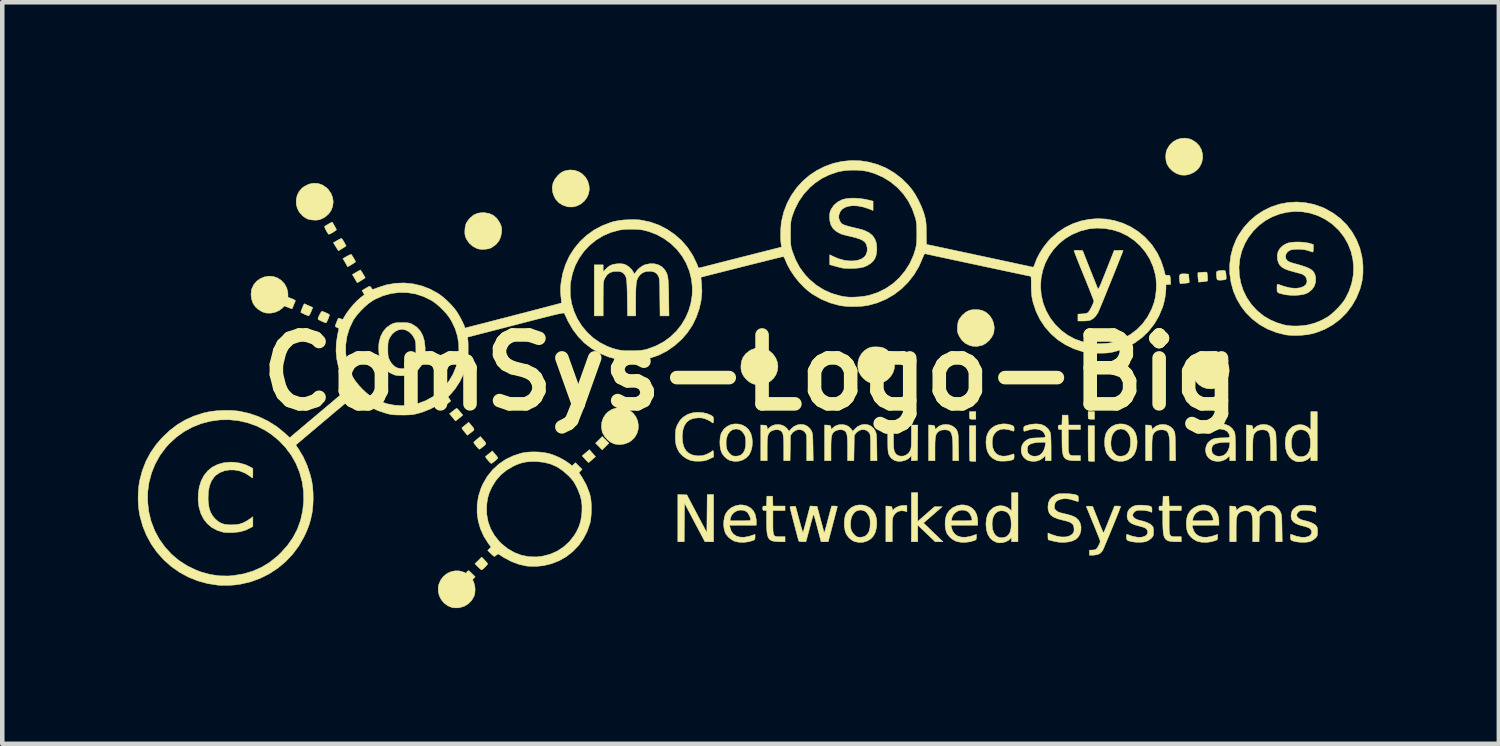
<source format=kicad_pcb>
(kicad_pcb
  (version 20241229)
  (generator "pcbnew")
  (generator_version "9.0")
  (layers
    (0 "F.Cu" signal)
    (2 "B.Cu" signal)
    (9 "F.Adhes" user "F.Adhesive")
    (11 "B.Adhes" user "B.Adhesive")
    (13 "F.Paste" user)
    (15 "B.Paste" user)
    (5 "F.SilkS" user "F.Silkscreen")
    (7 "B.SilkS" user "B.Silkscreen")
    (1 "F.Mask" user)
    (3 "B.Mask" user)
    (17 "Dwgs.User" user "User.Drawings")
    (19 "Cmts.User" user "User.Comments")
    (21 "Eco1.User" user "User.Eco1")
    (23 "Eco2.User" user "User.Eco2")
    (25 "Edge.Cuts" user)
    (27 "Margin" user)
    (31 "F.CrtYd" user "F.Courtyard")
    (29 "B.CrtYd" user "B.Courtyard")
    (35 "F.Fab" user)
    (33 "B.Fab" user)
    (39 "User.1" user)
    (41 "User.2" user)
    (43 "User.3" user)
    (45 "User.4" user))
  (footprint "ComSys-Logo-Big"
    (layer "F.Cu")
    (at 13.549 5.192)
    (property "Reference" "ComSys-Logo-Big" (at 0 0 0) (layer "F.SilkS") (effects (font (size 1.524 1.524) (thickness 0.3))))
    (attr through_hole)
    (fp_poly (pts (xy -3.206 1.486) (xy -3.133 1.56) (xy -3.207 1.634) (xy -3.282 1.707) (xy -3.355 1.633) (xy -3.429 1.558) (xy -3.354 1.485) (xy -3.28 1.411) (xy -3.206 1.486)) (stroke (width 0.01) (type solid)) (fill yes) (layer "F.SilkS"))
    (fp_poly (pts (xy 4.981 1.03) (xy 4.92 1.03) (xy 4.88 1.028) (xy 4.854 1.023) (xy 4.85 1.021) (xy 4.844 1.002) (xy 4.841 0.965) (xy 4.84 0.936) (xy 4.84 0.861) (xy 4.981 0.861) (xy 4.981 1.03)) (stroke (width 0.01) (type solid)) (fill yes) (layer "F.SilkS"))
    (fp_poly (pts (xy 7.606 1.03) (xy 7.545 1.03) (xy 7.505 1.028) (xy 7.479 1.023) (xy 7.474 1.021) (xy 7.469 1.002) (xy 7.465 0.965) (xy 7.465 0.936) (xy 7.465 0.861) (xy 7.606 0.861) (xy 7.606 1.03)) (stroke (width 0.01) (type solid)) (fill yes) (layer "F.SilkS"))
    (fp_poly (pts (xy -3.429 1.856) (xy -3.503 1.922) (xy -3.541 1.955) (xy -3.57 1.978) (xy -3.584 1.988) (xy -3.584 1.988) (xy -3.596 1.977) (xy -3.622 1.952) (xy -3.656 1.916) (xy -3.658 1.913) (xy -3.725 1.839) (xy -3.645 1.771) (xy -3.565 1.702) (xy -3.429 1.856)) (stroke (width 0.01) (type solid)) (fill yes) (layer "F.SilkS"))
    (fp_poly (pts (xy 4.981 1.961) (xy 4.92 1.961) (xy 4.88 1.959) (xy 4.854 1.954) (xy 4.85 1.952) (xy 4.847 1.936) (xy 4.845 1.895) (xy 4.843 1.834) (xy 4.841 1.756) (xy 4.84 1.664) (xy 4.84 1.563) (xy 4.84 1.557) (xy 4.84 1.171) (xy 4.981 1.171) (xy 4.981 1.961)) (stroke (width 0.01) (type solid)) (fill yes) (layer "F.SilkS"))
    (fp_poly (pts (xy 7.606 1.961) (xy 7.545 1.961) (xy 7.505 1.959) (xy 7.479 1.954) (xy 7.474 1.952) (xy 7.472 1.936) (xy 7.469 1.895) (xy 7.468 1.834) (xy 7.466 1.756) (xy 7.465 1.664) (xy 7.465 1.563) (xy 7.465 1.557) (xy 7.465 1.171) (xy 7.606 1.171) (xy 7.606 1.961)) (stroke (width 0.01) (type solid)) (fill yes) (layer "F.SilkS"))
    (fp_poly (pts (xy -1.409 2.702) (xy -1.188 3.121) (xy -0.967 3.539) (xy -0.963 3.117) (xy -0.959 2.695) (xy -0.818 2.695) (xy -0.818 3.739) (xy -0.914 3.739) (xy -1.009 3.739) (xy -1.235 3.313) (xy -1.46 2.886) (xy -1.464 3.313) (xy -1.468 3.739) (xy -1.609 3.739) (xy -1.609 2.694) (xy -1.409 2.702)) (stroke (width 0.01) (type solid)) (fill yes) (layer "F.SilkS"))
    (fp_poly (pts (xy -6.488 0.795) (xy -6.463 0.82) (xy -6.43 0.857) (xy -6.427 0.861) (xy -6.364 0.938) (xy -6.41 0.978) (xy -6.449 1.009) (xy -6.485 1.038) (xy -6.491 1.043) (xy -6.526 1.068) (xy -6.592 0.988) (xy -6.658 0.908) (xy -6.585 0.85) (xy -6.547 0.82) (xy -6.516 0.797) (xy -6.502 0.787) (xy -6.488 0.795)) (stroke (width 0.01) (type solid)) (fill yes) (layer "F.SilkS"))
    (fp_poly (pts (xy -5.88 4.146) (xy -5.847 4.182) (xy -5.823 4.211) (xy -5.814 4.226) (xy -5.823 4.244) (xy -5.848 4.273) (xy -5.879 4.306) (xy -5.912 4.336) (xy -5.938 4.356) (xy -5.948 4.36) (xy -5.965 4.351) (xy -5.995 4.326) (xy -6.03 4.293) (xy -6.096 4.225) (xy -6.021 4.152) (xy -5.947 4.078) (xy -5.88 4.146)) (stroke (width 0.01) (type solid)) (fill yes) (layer "F.SilkS"))
    (fp_poly (pts (xy -5.651 1.8) (xy -5.619 1.838) (xy -5.597 1.869) (xy -5.589 1.885) (xy -5.599 1.902) (xy -5.63 1.932) (xy -5.684 1.976) (xy -5.724 2.006) (xy -5.742 2.003) (xy -5.773 1.976) (xy -5.807 1.939) (xy -5.838 1.899) (xy -5.858 1.868) (xy -5.862 1.852) (xy -5.861 1.851) (xy -5.843 1.837) (xy -5.811 1.812) (xy -5.78 1.786) (xy -5.712 1.73) (xy -5.651 1.8)) (stroke (width 0.01) (type solid)) (fill yes) (layer "F.SilkS"))
    (fp_poly (pts (xy 3.697 3.289) (xy 4.068 2.963) (xy 4.239 2.963) (xy 4.194 3.002) (xy 4.168 3.025) (xy 4.125 3.062) (xy 4.071 3.109) (xy 4.011 3.161) (xy 3.987 3.182) (xy 3.824 3.323) (xy 4.039 3.531) (xy 4.255 3.739) (xy 4.169 3.739) (xy 4.083 3.739) (xy 3.697 3.37) (xy 3.697 3.739) (xy 3.556 3.739) (xy 3.556 2.653) (xy 3.697 2.653) (xy 3.697 3.289)) (stroke (width 0.01) (type solid)) (fill yes) (layer "F.SilkS"))
    (fp_poly (pts (xy 9.618 -2.185) (xy 9.687 -2.18) (xy 9.695 -2.088) (xy 9.699 -2.041) (xy 9.7 -2.006) (xy 9.699 -1.991) (xy 9.684 -1.987) (xy 9.648 -1.982) (xy 9.6 -1.977) (xy 9.597 -1.977) (xy 9.499 -1.968) (xy 9.491 -2.009) (xy 9.486 -2.05) (xy 9.483 -2.1) (xy 9.483 -2.111) (xy 9.486 -2.149) (xy 9.499 -2.173) (xy 9.527 -2.184) (xy 9.575 -2.187) (xy 9.618 -2.185)) (stroke (width 0.01) (type solid)) (fill yes) (layer "F.SilkS"))
    (fp_poly (pts (xy 10.073 -2.224) (xy 10.091 -2.22) (xy 10.096 -2.201) (xy 10.101 -2.165) (xy 10.105 -2.12) (xy 10.107 -2.076) (xy 10.106 -2.041) (xy 10.102 -2.027) (xy 10.086 -2.023) (xy 10.05 -2.017) (xy 10.003 -2.012) (xy 9.91 -2.002) (xy 9.901 -2.047) (xy 9.895 -2.092) (xy 9.892 -2.143) (xy 9.892 -2.152) (xy 9.892 -2.212) (xy 9.986 -2.221) (xy 10.035 -2.224) (xy 10.073 -2.224)) (stroke (width 0.01) (type solid)) (fill yes) (layer "F.SilkS"))
    (fp_poly (pts (xy -6.193 1.144) (xy -6.151 1.194) (xy -6.126 1.228) (xy -6.116 1.251) (xy -6.12 1.268) (xy -6.136 1.285) (xy -6.146 1.294) (xy -6.186 1.325) (xy -6.224 1.355) (xy -6.225 1.355) (xy -6.263 1.383) (xy -6.33 1.304) (xy -6.363 1.263) (xy -6.382 1.232) (xy -6.384 1.216) (xy -6.383 1.216) (xy -6.365 1.202) (xy -6.333 1.177) (xy -6.302 1.151) (xy -6.234 1.095) (xy -6.193 1.144)) (stroke (width 0.01) (type solid)) (fill yes) (layer "F.SilkS"))
    (fp_poly (pts (xy -5.923 1.471) (xy -5.882 1.518) (xy -5.86 1.549) (xy -5.856 1.573) (xy -5.87 1.596) (xy -5.901 1.623) (xy -5.915 1.635) (xy -5.953 1.665) (xy -5.983 1.686) (xy -5.998 1.693) (xy -6.012 1.683) (xy -6.038 1.657) (xy -6.066 1.624) (xy -6.096 1.587) (xy -6.117 1.557) (xy -6.123 1.543) (xy -6.113 1.529) (xy -6.086 1.503) (xy -6.049 1.471) (xy -5.976 1.412) (xy -5.923 1.471)) (stroke (width 0.01) (type solid)) (fill yes) (layer "F.SilkS"))
    (fp_poly (pts (xy -9.043 -2.969) (xy -9.032 -2.955) (xy -9.012 -2.924) (xy -8.988 -2.885) (xy -8.967 -2.846) (xy -8.951 -2.817) (xy -8.946 -2.805) (xy -8.958 -2.794) (xy -8.987 -2.774) (xy -9.028 -2.748) (xy -9.031 -2.747) (xy -9.116 -2.696) (xy -9.135 -2.728) (xy -9.155 -2.759) (xy -9.181 -2.8) (xy -9.191 -2.816) (xy -9.226 -2.874) (xy -9.14 -2.925) (xy -9.096 -2.949) (xy -9.062 -2.965) (xy -9.044 -2.969) (xy -9.043 -2.969)) (stroke (width 0.01) (type solid)) (fill yes) (layer "F.SilkS"))
    (fp_poly (pts (xy -9.857 -1.519) (xy -9.824 -1.505) (xy -9.779 -1.485) (xy -9.774 -1.483) (xy -9.682 -1.442) (xy -9.72 -1.349) (xy -9.741 -1.303) (xy -9.759 -1.271) (xy -9.771 -1.257) (xy -9.772 -1.257) (xy -9.792 -1.263) (xy -9.828 -1.277) (xy -9.863 -1.292) (xy -9.905 -1.312) (xy -9.935 -1.327) (xy -9.946 -1.334) (xy -9.944 -1.348) (xy -9.933 -1.38) (xy -9.918 -1.422) (xy -9.9 -1.464) (xy -9.884 -1.5) (xy -9.873 -1.522) (xy -9.87 -1.524) (xy -9.857 -1.519)) (stroke (width 0.01) (type solid)) (fill yes) (layer "F.SilkS"))
    (fp_poly (pts (xy -9.443 -1.347) (xy -9.399 -1.329) (xy -9.358 -1.31) (xy -9.326 -1.292) (xy -9.313 -1.28) (xy -9.313 -1.28) (xy -9.319 -1.254) (xy -9.332 -1.216) (xy -9.349 -1.173) (xy -9.368 -1.135) (xy -9.383 -1.108) (xy -9.391 -1.102) (xy -9.41 -1.107) (xy -9.447 -1.122) (xy -9.486 -1.139) (xy -9.528 -1.159) (xy -9.558 -1.176) (xy -9.567 -1.185) (xy -9.562 -1.211) (xy -9.547 -1.249) (xy -9.527 -1.29) (xy -9.506 -1.327) (xy -9.489 -1.352) (xy -9.48 -1.358) (xy -9.443 -1.347)) (stroke (width 0.01) (type solid)) (fill yes) (layer "F.SilkS"))
    (fp_poly (pts (xy -8.832 -2.616) (xy -8.82 -2.602) (xy -8.8 -2.571) (xy -8.777 -2.532) (xy -8.755 -2.494) (xy -8.739 -2.464) (xy -8.735 -2.452) (xy -8.746 -2.442) (xy -8.774 -2.423) (xy -8.811 -2.399) (xy -8.851 -2.375) (xy -8.885 -2.355) (xy -8.907 -2.343) (xy -8.91 -2.342) (xy -8.918 -2.353) (xy -8.929 -2.374) (xy -8.946 -2.405) (xy -8.97 -2.447) (xy -8.981 -2.465) (xy -9.017 -2.524) (xy -8.93 -2.573) (xy -8.885 -2.597) (xy -8.85 -2.612) (xy -8.832 -2.617) (xy -8.832 -2.616)) (stroke (width 0.01) (type solid)) (fill yes) (layer "F.SilkS"))
    (fp_poly (pts (xy -8.62 -2.261) (xy -8.601 -2.233) (xy -8.578 -2.196) (xy -8.554 -2.156) (xy -8.534 -2.122) (xy -8.524 -2.102) (xy -8.523 -2.099) (xy -8.534 -2.09) (xy -8.562 -2.071) (xy -8.599 -2.047) (xy -8.639 -2.022) (xy -8.673 -2.002) (xy -8.694 -1.991) (xy -8.697 -1.99) (xy -8.706 -2.001) (xy -8.722 -2.028) (xy -8.727 -2.036) (xy -8.753 -2.081) (xy -8.779 -2.126) (xy -8.806 -2.17) (xy -8.72 -2.221) (xy -8.677 -2.246) (xy -8.644 -2.264) (xy -8.629 -2.272) (xy -8.629 -2.272) (xy -8.62 -2.261)) (stroke (width 0.01) (type solid)) (fill yes) (layer "F.SilkS"))
    (fp_poly (pts (xy 10.489 -2.258) (xy 10.503 -2.243) (xy 10.51 -2.212) (xy 10.515 -2.16) (xy 10.517 -2.136) (xy 10.519 -2.093) (xy 10.516 -2.07) (xy 10.502 -2.06) (xy 10.481 -2.054) (xy 10.438 -2.049) (xy 10.388 -2.046) (xy 10.379 -2.046) (xy 10.341 -2.048) (xy 10.321 -2.057) (xy 10.312 -2.08) (xy 10.31 -2.09) (xy 10.304 -2.136) (xy 10.301 -2.186) (xy 10.301 -2.189) (xy 10.303 -2.219) (xy 10.312 -2.238) (xy 10.333 -2.25) (xy 10.371 -2.256) (xy 10.432 -2.261) (xy 10.467 -2.262) (xy 10.489 -2.258)) (stroke (width 0.01) (type solid)) (fill yes) (layer "F.SilkS"))
    (fp_poly (pts (xy -9.251 -3.328) (xy -9.235 -3.303) (xy -9.213 -3.266) (xy -9.19 -3.226) (xy -9.171 -3.19) (xy -9.159 -3.166) (xy -9.158 -3.162) (xy -9.169 -3.15) (xy -9.199 -3.128) (xy -9.24 -3.101) (xy -9.242 -3.1) (xy -9.291 -3.073) (xy -9.322 -3.062) (xy -9.338 -3.066) (xy -9.338 -3.067) (xy -9.362 -3.103) (xy -9.386 -3.145) (xy -9.406 -3.186) (xy -9.418 -3.217) (xy -9.42 -3.231) (xy -9.405 -3.244) (xy -9.374 -3.264) (xy -9.336 -3.287) (xy -9.298 -3.308) (xy -9.267 -3.324) (xy -9.252 -3.329) (xy -9.251 -3.328)) (stroke (width 0.01) (type solid)) (fill yes) (layer "F.SilkS"))
    (fp_poly (pts (xy -2.77 0.79) (xy -2.678 0.831) (xy -2.599 0.893) (xy -2.536 0.976) (xy -2.497 1.067) (xy -2.481 1.163) (xy -2.487 1.259) (xy -2.515 1.35) (xy -2.565 1.433) (xy -2.635 1.503) (xy -2.698 1.543) (xy -2.795 1.578) (xy -2.898 1.591) (xy -2.998 1.579) (xy -3.027 1.57) (xy -3.101 1.533) (xy -3.172 1.475) (xy -3.232 1.404) (xy -3.273 1.329) (xy -3.282 1.305) (xy -3.299 1.2) (xy -3.29 1.096) (xy -3.258 1) (xy -3.202 0.915) (xy -3.153 0.866) (xy -3.065 0.811) (xy -2.968 0.78) (xy -2.869 0.773) (xy -2.77 0.79)) (stroke (width 0.01) (type solid)) (fill yes) (layer "F.SilkS"))
    (fp_poly (pts (xy 3.457 3.074) (xy 3.407 3.06) (xy 3.332 3.052) (xy 3.262 3.069) (xy 3.204 3.108) (xy 3.162 3.165) (xy 3.152 3.189) (xy 3.144 3.215) (xy 3.139 3.247) (xy 3.135 3.29) (xy 3.133 3.349) (xy 3.133 3.429) (xy 3.133 3.483) (xy 3.133 3.739) (xy 2.992 3.739) (xy 2.992 2.948) (xy 3.059 2.952) (xy 3.099 2.956) (xy 3.12 2.965) (xy 3.129 2.984) (xy 3.133 3.004) (xy 3.14 3.051) (xy 3.168 3.019) (xy 3.22 2.979) (xy 3.29 2.949) (xy 3.367 2.936) (xy 3.383 2.935) (xy 3.457 2.935) (xy 3.457 3.074)) (stroke (width 0.01) (type solid)) (fill yes) (layer "F.SilkS"))
    (fp_poly (pts (xy 9.716 -5.168) (xy 9.767 -5.146) (xy 9.855 -5.089) (xy 9.923 -5.016) (xy 9.97 -4.93) (xy 9.995 -4.837) (xy 9.998 -4.741) (xy 9.977 -4.646) (xy 9.934 -4.556) (xy 9.878 -4.488) (xy 9.802 -4.429) (xy 9.712 -4.389) (xy 9.616 -4.368) (xy 9.523 -4.371) (xy 9.511 -4.373) (xy 9.415 -4.407) (xy 9.328 -4.463) (xy 9.256 -4.536) (xy 9.21 -4.612) (xy 9.188 -4.69) (xy 9.18 -4.779) (xy 9.188 -4.867) (xy 9.21 -4.94) (xy 9.265 -5.03) (xy 9.337 -5.102) (xy 9.423 -5.153) (xy 9.517 -5.182) (xy 9.616 -5.187) (xy 9.716 -5.168)) (stroke (width 0.01) (type solid)) (fill yes) (layer "F.SilkS"))
    (fp_poly (pts (xy 10.264 -0.453) (xy 10.359 -0.419) (xy 10.443 -0.362) (xy 10.513 -0.283) (xy 10.552 -0.215) (xy 10.577 -0.132) (xy 10.584 -0.04) (xy 10.573 0.051) (xy 10.544 0.131) (xy 10.538 0.143) (xy 10.471 0.23) (xy 10.39 0.296) (xy 10.297 0.34) (xy 10.197 0.359) (xy 10.094 0.352) (xy 9.997 0.319) (xy 9.913 0.265) (xy 9.847 0.193) (xy 9.799 0.107) (xy 9.771 0.012) (xy 9.767 -0.089) (xy 9.789 -0.192) (xy 9.826 -0.265) (xy 9.883 -0.335) (xy 9.954 -0.394) (xy 10.029 -0.436) (xy 10.054 -0.445) (xy 10.161 -0.463) (xy 10.264 -0.453)) (stroke (width 0.01) (type solid)) (fill yes) (layer "F.SilkS"))
    (fp_poly (pts (xy -3.898 -4.477) (xy -3.806 -4.447) (xy -3.724 -4.397) (xy -3.655 -4.328) (xy -3.604 -4.244) (xy -3.574 -4.147) (xy -3.566 -4.055) (xy -3.582 -3.959) (xy -3.621 -3.871) (xy -3.679 -3.794) (xy -3.753 -3.732) (xy -3.839 -3.688) (xy -3.932 -3.665) (xy -4.028 -3.667) (xy -4.043 -3.669) (xy -4.15 -3.703) (xy -4.238 -3.757) (xy -4.307 -3.832) (xy -4.339 -3.886) (xy -4.377 -3.991) (xy -4.387 -4.094) (xy -4.369 -4.193) (xy -4.324 -4.285) (xy -4.262 -4.361) (xy -4.209 -4.41) (xy -4.16 -4.442) (xy -4.105 -4.464) (xy -4.101 -4.465) (xy -3.998 -4.484) (xy -3.898 -4.477)) (stroke (width 0.01) (type solid)) (fill yes) (layer "F.SilkS"))
    (fp_poly (pts (xy 0.316 -0.532) (xy 0.408 -0.488) (xy 0.49 -0.418) (xy 0.493 -0.415) (xy 0.555 -0.328) (xy 0.592 -0.234) (xy 0.605 -0.137) (xy 0.593 -0.042) (xy 0.56 0.048) (xy 0.504 0.129) (xy 0.426 0.197) (xy 0.361 0.234) (xy 0.281 0.259) (xy 0.19 0.267) (xy 0.098 0.259) (xy 0.047 0.245) (xy -0.023 0.208) (xy -0.091 0.152) (xy -0.149 0.083) (xy -0.177 0.036) (xy -0.2 -0.02) (xy -0.211 -0.073) (xy -0.214 -0.139) (xy -0.202 -0.248) (xy -0.166 -0.342) (xy -0.105 -0.421) (xy -0.02 -0.487) (xy 0.017 -0.507) (xy 0.117 -0.543) (xy 0.218 -0.551) (xy 0.316 -0.532)) (stroke (width 0.01) (type solid)) (fill yes) (layer "F.SilkS"))
    (fp_poly (pts (xy -9.567 -4.185) (xy -9.471 -4.153) (xy -9.384 -4.095) (xy -9.343 -4.055) (xy -9.28 -3.968) (xy -9.243 -3.875) (xy -9.23 -3.778) (xy -9.241 -3.683) (xy -9.274 -3.593) (xy -9.33 -3.512) (xy -9.407 -3.445) (xy -9.457 -3.416) (xy -9.514 -3.39) (xy -9.564 -3.377) (xy -9.62 -3.374) (xy -9.637 -3.374) (xy -9.696 -3.378) (xy -9.754 -3.387) (xy -9.789 -3.396) (xy -9.833 -3.417) (xy -9.883 -3.45) (xy -9.911 -3.473) (xy -9.98 -3.55) (xy -10.025 -3.638) (xy -10.048 -3.732) (xy -10.048 -3.828) (xy -10.027 -3.922) (xy -9.984 -4.008) (xy -9.919 -4.082) (xy -9.867 -4.121) (xy -9.767 -4.17) (xy -9.666 -4.191) (xy -9.567 -4.185)) (stroke (width 0.01) (type solid)) (fill yes) (layer "F.SilkS"))
    (fp_poly (pts (xy 2.871 -0.566) (xy 2.943 -0.547) (xy 3.007 -0.511) (xy 3.071 -0.455) (xy 3.076 -0.45) (xy 3.137 -0.369) (xy 3.173 -0.279) (xy 3.186 -0.184) (xy 3.178 -0.088) (xy 3.147 0.004) (xy 3.096 0.087) (xy 3.026 0.158) (xy 2.96 0.199) (xy 2.894 0.222) (xy 2.814 0.234) (xy 2.729 0.235) (xy 2.652 0.224) (xy 2.625 0.216) (xy 2.562 0.182) (xy 2.498 0.129) (xy 2.442 0.066) (xy 2.403 0.000317) (xy 2.394 -0.02) (xy 2.372 -0.126) (xy 2.375 -0.23) (xy 2.401 -0.328) (xy 2.45 -0.416) (xy 2.519 -0.489) (xy 2.591 -0.536) (xy 2.632 -0.555) (xy 2.673 -0.565) (xy 2.722 -0.57) (xy 2.78 -0.571) (xy 2.871 -0.566)) (stroke (width 0.01) (type solid)) (fill yes) (layer "F.SilkS"))
    (fp_poly (pts (xy -5.887 -3.539) (xy -5.78 -3.521) (xy -5.69 -3.48) (xy -5.614 -3.415) (xy -5.553 -3.326) (xy -5.535 -3.29) (xy -5.516 -3.243) (xy -5.506 -3.201) (xy -5.504 -3.152) (xy -5.506 -3.113) (xy -5.525 -3.004) (xy -5.567 -2.911) (xy -5.633 -2.833) (xy -5.724 -2.769) (xy -5.743 -2.758) (xy -5.797 -2.74) (xy -5.867 -2.73) (xy -5.941 -2.727) (xy -6.008 -2.734) (xy -6.044 -2.743) (xy -6.142 -2.794) (xy -6.223 -2.866) (xy -6.284 -2.955) (xy -6.309 -3.016) (xy -6.319 -3.072) (xy -6.319 -3.143) (xy -6.312 -3.217) (xy -6.297 -3.282) (xy -6.286 -3.309) (xy -6.261 -3.35) (xy -6.224 -3.398) (xy -6.194 -3.43) (xy -6.118 -3.491) (xy -6.033 -3.527) (xy -5.934 -3.54) (xy -5.887 -3.539)) (stroke (width 0.01) (type solid)) (fill yes) (layer "F.SilkS"))
    (fp_poly (pts (xy 5.041 -1.393) (xy 5.116 -1.378) (xy 5.125 -1.375) (xy 5.211 -1.332) (xy 5.283 -1.267) (xy 5.338 -1.187) (xy 5.374 -1.096) (xy 5.389 -0.999) (xy 5.38 -0.899) (xy 5.369 -0.859) (xy 5.332 -0.785) (xy 5.277 -0.715) (xy 5.209 -0.654) (xy 5.137 -0.612) (xy 5.108 -0.601) (xy 5 -0.581) (xy 4.897 -0.588) (xy 4.833 -0.607) (xy 4.744 -0.653) (xy 4.673 -0.717) (xy 4.617 -0.803) (xy 4.613 -0.812) (xy 4.59 -0.861) (xy 4.577 -0.899) (xy 4.573 -0.939) (xy 4.574 -0.991) (xy 4.575 -1.014) (xy 4.581 -1.082) (xy 4.593 -1.133) (xy 4.612 -1.178) (xy 4.618 -1.189) (xy 4.679 -1.269) (xy 4.757 -1.336) (xy 4.818 -1.37) (xy 4.881 -1.389) (xy 4.959 -1.396) (xy 5.041 -1.393)) (stroke (width 0.01) (type solid)) (fill yes) (layer "F.SilkS"))
    (fp_poly (pts (xy -6.216 4.391) (xy -6.187 4.418) (xy -6.163 4.442) (xy -6.09 4.515) (xy -6.119 4.545) (xy -6.149 4.575) (xy -6.12 4.641) (xy -6.099 4.713) (xy -6.092 4.796) (xy -6.098 4.879) (xy -6.116 4.945) (xy -6.169 5.036) (xy -6.241 5.11) (xy -6.329 5.164) (xy -6.428 5.195) (xy -6.473 5.201) (xy -6.527 5.201) (xy -6.577 5.198) (xy -6.599 5.194) (xy -6.694 5.156) (xy -6.775 5.097) (xy -6.839 5.022) (xy -6.884 4.934) (xy -6.908 4.838) (xy -6.907 4.738) (xy -6.895 4.683) (xy -6.854 4.587) (xy -6.794 4.507) (xy -6.718 4.445) (xy -6.631 4.403) (xy -6.536 4.382) (xy -6.439 4.384) (xy -6.343 4.411) (xy -6.318 4.424) (xy -6.293 4.434) (xy -6.285 4.433) (xy -6.286 4.432) (xy -6.282 4.415) (xy -6.264 4.395) (xy -6.249 4.382) (xy -6.235 4.38) (xy -6.216 4.391)) (stroke (width 0.01) (type solid)) (fill yes) (layer "F.SilkS"))
    (fp_poly (pts (xy -10.557 -2.128) (xy -10.463 -2.096) (xy -10.376 -2.039) (xy -10.306 -1.964) (xy -10.258 -1.875) (xy -10.233 -1.778) (xy -10.231 -1.735) (xy -10.231 -1.669) (xy -10.145 -1.637) (xy -10.101 -1.618) (xy -10.073 -1.6) (xy -10.066 -1.589) (xy -10.075 -1.568) (xy -10.091 -1.53) (xy -10.105 -1.496) (xy -10.122 -1.454) (xy -10.135 -1.424) (xy -10.14 -1.414) (xy -10.153 -1.416) (xy -10.185 -1.428) (xy -10.225 -1.443) (xy -10.308 -1.476) (xy -10.356 -1.428) (xy -10.428 -1.374) (xy -10.516 -1.336) (xy -10.611 -1.317) (xy -10.706 -1.319) (xy -10.764 -1.332) (xy -10.83 -1.363) (xy -10.898 -1.408) (xy -10.954 -1.46) (xy -10.954 -1.46) (xy -11.005 -1.538) (xy -11.036 -1.63) (xy -11.048 -1.729) (xy -11.038 -1.826) (xy -11.029 -1.86) (xy -10.985 -1.95) (xy -10.921 -2.024) (xy -10.842 -2.081) (xy -10.751 -2.118) (xy -10.655 -2.135) (xy -10.557 -2.128)) (stroke (width 0.01) (type solid)) (fill yes) (layer "F.SilkS"))
    (fp_poly (pts (xy 0.491 2.84) (xy 0.495 2.949) (xy 0.762 2.949) (xy 0.762 3.048) (xy 0.494 3.048) (xy 0.494 3.309) (xy 0.494 3.411) (xy 0.496 3.489) (xy 0.501 3.545) (xy 0.512 3.584) (xy 0.529 3.608) (xy 0.555 3.62) (xy 0.591 3.626) (xy 0.64 3.627) (xy 0.656 3.627) (xy 0.762 3.627) (xy 0.762 3.739) (xy 0.646 3.739) (xy 0.584 3.736) (xy 0.527 3.73) (xy 0.486 3.723) (xy 0.481 3.721) (xy 0.442 3.703) (xy 0.412 3.678) (xy 0.389 3.642) (xy 0.373 3.592) (xy 0.362 3.524) (xy 0.356 3.436) (xy 0.353 3.325) (xy 0.353 3.284) (xy 0.353 3.048) (xy 0.31 3.048) (xy 0.282 3.045) (xy 0.27 3.031) (xy 0.268 2.999) (xy 0.27 2.965) (xy 0.282 2.952) (xy 0.31 2.949) (xy 0.352 2.949) (xy 0.356 2.84) (xy 0.36 2.731) (xy 0.487 2.731) (xy 0.491 2.84)) (stroke (width 0.01) (type solid)) (fill yes) (layer "F.SilkS"))
    (fp_poly (pts (xy 7.024 1.048) (xy 7.029 1.157) (xy 7.295 1.157) (xy 7.295 1.256) (xy 7.027 1.256) (xy 7.027 1.517) (xy 7.028 1.619) (xy 7.029 1.697) (xy 7.035 1.753) (xy 7.045 1.792) (xy 7.062 1.815) (xy 7.088 1.828) (xy 7.125 1.833) (xy 7.173 1.834) (xy 7.19 1.834) (xy 7.295 1.834) (xy 7.295 1.947) (xy 7.179 1.947) (xy 7.117 1.944) (xy 7.061 1.938) (xy 7.02 1.93) (xy 7.015 1.929) (xy 6.976 1.911) (xy 6.945 1.886) (xy 6.922 1.85) (xy 6.906 1.8) (xy 6.895 1.732) (xy 6.889 1.644) (xy 6.887 1.532) (xy 6.887 1.492) (xy 6.886 1.256) (xy 6.844 1.256) (xy 6.815 1.253) (xy 6.804 1.239) (xy 6.802 1.206) (xy 6.804 1.173) (xy 6.816 1.16) (xy 6.843 1.157) (xy 6.885 1.157) (xy 6.889 1.048) (xy 6.893 0.938) (xy 7.02 0.938) (xy 7.024 1.048)) (stroke (width 0.01) (type solid)) (fill yes) (layer "F.SilkS"))
    (fp_poly (pts (xy 9.254 2.84) (xy 9.258 2.949) (xy 9.525 2.949) (xy 9.525 3.048) (xy 9.257 3.048) (xy 9.257 3.309) (xy 9.257 3.411) (xy 9.259 3.489) (xy 9.264 3.545) (xy 9.275 3.584) (xy 9.292 3.608) (xy 9.318 3.62) (xy 9.354 3.626) (xy 9.403 3.627) (xy 9.419 3.627) (xy 9.525 3.627) (xy 9.525 3.739) (xy 9.409 3.739) (xy 9.347 3.736) (xy 9.29 3.73) (xy 9.249 3.723) (xy 9.244 3.721) (xy 9.205 3.703) (xy 9.175 3.678) (xy 9.152 3.642) (xy 9.136 3.592) (xy 9.125 3.524) (xy 9.119 3.436) (xy 9.116 3.325) (xy 9.116 3.284) (xy 9.116 3.048) (xy 9.073 3.048) (xy 9.045 3.045) (xy 9.033 3.031) (xy 9.031 2.999) (xy 9.033 2.965) (xy 9.045 2.952) (xy 9.073 2.949) (xy 9.115 2.949) (xy 9.119 2.84) (xy 9.123 2.731) (xy 9.25 2.731) (xy 9.254 2.84)) (stroke (width 0.01) (type solid)) (fill yes) (layer "F.SilkS"))
    (fp_poly (pts (xy 3.161 1.425) (xy 3.161 1.525) (xy 3.163 1.602) (xy 3.166 1.659) (xy 3.171 1.701) (xy 3.178 1.732) (xy 3.184 1.751) (xy 3.218 1.802) (xy 3.266 1.834) (xy 3.324 1.847) (xy 3.385 1.842) (xy 3.443 1.819) (xy 3.494 1.779) (xy 3.527 1.73) (xy 3.537 1.706) (xy 3.545 1.68) (xy 3.55 1.648) (xy 3.554 1.604) (xy 3.555 1.543) (xy 3.556 1.462) (xy 3.556 1.414) (xy 3.556 1.157) (xy 3.698 1.157) (xy 3.69 1.94) (xy 3.556 1.949) (xy 3.556 1.831) (xy 3.528 1.867) (xy 3.477 1.91) (xy 3.409 1.942) (xy 3.333 1.959) (xy 3.257 1.96) (xy 3.191 1.943) (xy 3.182 1.939) (xy 3.124 1.902) (xy 3.083 1.856) (xy 3.06 1.813) (xy 3.052 1.791) (xy 3.045 1.765) (xy 3.04 1.73) (xy 3.037 1.683) (xy 3.035 1.62) (xy 3.034 1.536) (xy 3.034 1.457) (xy 3.034 1.157) (xy 3.161 1.157) (xy 3.161 1.425)) (stroke (width 0.01) (type solid)) (fill yes) (layer "F.SilkS"))
    (fp_poly (pts (xy 4.4 1.154) (xy 4.471 1.184) (xy 4.53 1.231) (xy 4.558 1.27) (xy 4.569 1.292) (xy 4.578 1.313) (xy 4.585 1.338) (xy 4.589 1.371) (xy 4.593 1.416) (xy 4.595 1.477) (xy 4.596 1.559) (xy 4.598 1.64) (xy 4.602 1.947) (xy 4.473 1.947) (xy 4.473 1.708) (xy 4.472 1.583) (xy 4.467 1.482) (xy 4.457 1.405) (xy 4.442 1.347) (xy 4.42 1.307) (xy 4.39 1.282) (xy 4.351 1.268) (xy 4.301 1.263) (xy 4.292 1.263) (xy 4.231 1.268) (xy 4.187 1.283) (xy 4.167 1.295) (xy 4.138 1.318) (xy 4.116 1.344) (xy 4.1 1.376) (xy 4.09 1.418) (xy 4.083 1.475) (xy 4.079 1.552) (xy 4.078 1.65) (xy 4.078 1.685) (xy 4.078 1.947) (xy 3.937 1.947) (xy 3.937 1.156) (xy 4.004 1.16) (xy 4.045 1.164) (xy 4.066 1.173) (xy 4.075 1.192) (xy 4.078 1.212) (xy 4.085 1.259) (xy 4.113 1.227) (xy 4.173 1.179) (xy 4.245 1.152) (xy 4.323 1.144) (xy 4.4 1.154)) (stroke (width 0.01) (type solid)) (fill yes) (layer "F.SilkS"))
    (fp_poly (pts (xy 9.198 1.154) (xy 9.269 1.184) (xy 9.328 1.231) (xy 9.356 1.27) (xy 9.367 1.292) (xy 9.376 1.313) (xy 9.383 1.338) (xy 9.387 1.371) (xy 9.39 1.416) (xy 9.393 1.477) (xy 9.394 1.559) (xy 9.395 1.64) (xy 9.4 1.947) (xy 9.271 1.947) (xy 9.271 1.708) (xy 9.27 1.583) (xy 9.265 1.482) (xy 9.255 1.405) (xy 9.24 1.347) (xy 9.218 1.307) (xy 9.188 1.282) (xy 9.148 1.268) (xy 9.099 1.263) (xy 9.089 1.263) (xy 9.029 1.268) (xy 8.984 1.283) (xy 8.965 1.295) (xy 8.936 1.318) (xy 8.914 1.344) (xy 8.898 1.376) (xy 8.887 1.418) (xy 8.881 1.475) (xy 8.877 1.552) (xy 8.876 1.65) (xy 8.876 1.685) (xy 8.876 1.947) (xy 8.735 1.947) (xy 8.735 1.156) (xy 8.802 1.16) (xy 8.843 1.164) (xy 8.863 1.173) (xy 8.872 1.192) (xy 8.876 1.212) (xy 8.883 1.259) (xy 8.911 1.227) (xy 8.971 1.179) (xy 9.043 1.152) (xy 9.12 1.144) (xy 9.198 1.154)) (stroke (width 0.01) (type solid)) (fill yes) (layer "F.SilkS"))
    (fp_poly (pts (xy 11.428 1.154) (xy 11.499 1.184) (xy 11.557 1.231) (xy 11.585 1.27) (xy 11.597 1.292) (xy 11.606 1.313) (xy 11.612 1.338) (xy 11.617 1.371) (xy 11.62 1.416) (xy 11.622 1.477) (xy 11.624 1.559) (xy 11.625 1.64) (xy 11.63 1.947) (xy 11.501 1.947) (xy 11.501 1.708) (xy 11.499 1.583) (xy 11.494 1.482) (xy 11.485 1.405) (xy 11.469 1.347) (xy 11.447 1.307) (xy 11.417 1.282) (xy 11.378 1.268) (xy 11.329 1.263) (xy 11.319 1.263) (xy 11.258 1.268) (xy 11.214 1.283) (xy 11.195 1.295) (xy 11.166 1.318) (xy 11.144 1.344) (xy 11.128 1.376) (xy 11.117 1.418) (xy 11.11 1.475) (xy 11.107 1.552) (xy 11.105 1.65) (xy 11.105 1.685) (xy 11.105 1.947) (xy 10.964 1.947) (xy 10.964 1.156) (xy 11.031 1.16) (xy 11.072 1.164) (xy 11.093 1.173) (xy 11.102 1.192) (xy 11.105 1.212) (xy 11.113 1.259) (xy 11.141 1.227) (xy 11.2 1.179) (xy 11.272 1.152) (xy 11.35 1.144) (xy 11.428 1.154)) (stroke (width 0.01) (type solid)) (fill yes) (layer "F.SilkS"))
    (fp_poly (pts (xy 5.691 1.138) (xy 5.777 1.163) (xy 5.81 1.179) (xy 5.824 1.199) (xy 5.828 1.234) (xy 5.828 1.243) (xy 5.826 1.279) (xy 5.819 1.293) (xy 5.804 1.291) (xy 5.803 1.291) (xy 5.776 1.281) (xy 5.733 1.268) (xy 5.698 1.259) (xy 5.605 1.245) (xy 5.526 1.254) (xy 5.457 1.288) (xy 5.432 1.307) (xy 5.388 1.358) (xy 5.359 1.417) (xy 5.346 1.491) (xy 5.343 1.555) (xy 5.354 1.654) (xy 5.385 1.733) (xy 5.434 1.792) (xy 5.499 1.83) (xy 5.58 1.847) (xy 5.673 1.84) (xy 5.778 1.81) (xy 5.803 1.8) (xy 5.819 1.797) (xy 5.826 1.809) (xy 5.828 1.844) (xy 5.828 1.851) (xy 5.826 1.891) (xy 5.816 1.913) (xy 5.791 1.927) (xy 5.782 1.931) (xy 5.733 1.944) (xy 5.667 1.952) (xy 5.595 1.956) (xy 5.525 1.955) (xy 5.468 1.948) (xy 5.444 1.941) (xy 5.355 1.894) (xy 5.287 1.829) (xy 5.239 1.745) (xy 5.213 1.643) (xy 5.206 1.539) (xy 5.214 1.433) (xy 5.241 1.345) (xy 5.288 1.27) (xy 5.327 1.229) (xy 5.403 1.177) (xy 5.493 1.145) (xy 5.592 1.131) (xy 5.691 1.138)) (stroke (width 0.01) (type solid)) (fill yes) (layer "F.SilkS"))
    (fp_poly (pts (xy 5.913 3.739) (xy 5.771 3.739) (xy 5.771 3.687) (xy 5.771 3.654) (xy 5.766 3.645) (xy 5.755 3.658) (xy 5.75 3.665) (xy 5.706 3.707) (xy 5.643 3.739) (xy 5.57 3.759) (xy 5.497 3.763) (xy 5.442 3.754) (xy 5.359 3.713) (xy 5.293 3.651) (xy 5.244 3.569) (xy 5.215 3.468) (xy 5.205 3.351) (xy 5.341 3.351) (xy 5.35 3.455) (xy 5.377 3.538) (xy 5.421 3.599) (xy 5.461 3.629) (xy 5.522 3.649) (xy 5.589 3.648) (xy 5.65 3.629) (xy 5.67 3.617) (xy 5.714 3.572) (xy 5.744 3.514) (xy 5.76 3.438) (xy 5.764 3.351) (xy 5.759 3.256) (xy 5.741 3.182) (xy 5.71 3.125) (xy 5.67 3.086) (xy 5.613 3.06) (xy 5.547 3.052) (xy 5.483 3.064) (xy 5.461 3.074) (xy 5.405 3.12) (xy 5.367 3.188) (xy 5.345 3.278) (xy 5.341 3.351) (xy 5.205 3.351) (xy 5.205 3.351) (xy 5.215 3.231) (xy 5.244 3.132) (xy 5.293 3.051) (xy 5.363 2.989) (xy 5.366 2.987) (xy 5.444 2.952) (xy 5.528 2.94) (xy 5.611 2.951) (xy 5.686 2.984) (xy 5.723 3.012) (xy 5.771 3.058) (xy 5.771 2.653) (xy 5.913 2.653) (xy 5.913 3.739)) (stroke (width 0.01) (type solid)) (fill yes) (layer "F.SilkS"))
    (fp_poly (pts (xy 12.531 1.947) (xy 12.39 1.947) (xy 12.39 1.895) (xy 12.389 1.862) (xy 12.384 1.853) (xy 12.373 1.866) (xy 12.368 1.872) (xy 12.324 1.915) (xy 12.261 1.947) (xy 12.188 1.967) (xy 12.115 1.971) (xy 12.06 1.962) (xy 11.977 1.921) (xy 11.911 1.859) (xy 11.862 1.777) (xy 11.833 1.676) (xy 11.823 1.559) (xy 11.959 1.559) (xy 11.968 1.663) (xy 11.995 1.746) (xy 12.039 1.807) (xy 12.079 1.837) (xy 12.14 1.857) (xy 12.207 1.856) (xy 12.268 1.837) (xy 12.288 1.825) (xy 12.332 1.78) (xy 12.362 1.722) (xy 12.378 1.646) (xy 12.383 1.559) (xy 12.377 1.464) (xy 12.36 1.39) (xy 12.329 1.333) (xy 12.288 1.294) (xy 12.231 1.268) (xy 12.165 1.26) (xy 12.101 1.272) (xy 12.079 1.281) (xy 12.023 1.328) (xy 11.985 1.396) (xy 11.963 1.486) (xy 11.959 1.559) (xy 11.823 1.559) (xy 11.823 1.559) (xy 11.833 1.439) (xy 11.862 1.339) (xy 11.911 1.259) (xy 11.981 1.197) (xy 11.985 1.195) (xy 12.062 1.16) (xy 12.146 1.148) (xy 12.229 1.158) (xy 12.304 1.192) (xy 12.341 1.22) (xy 12.39 1.266) (xy 12.39 0.861) (xy 12.531 0.861) (xy 12.531 1.947)) (stroke (width 0.01) (type solid)) (fill yes) (layer "F.SilkS"))
    (fp_poly (pts (xy 8.156 2.951) (xy 8.18 2.954) (xy 8.184 2.957) (xy 8.179 2.974) (xy 8.164 3.015) (xy 8.142 3.074) (xy 8.112 3.148) (xy 8.078 3.234) (xy 8.04 3.327) (xy 8 3.426) (xy 7.959 3.525) (xy 7.919 3.621) (xy 7.881 3.712) (xy 7.847 3.792) (xy 7.819 3.859) (xy 7.797 3.908) (xy 7.783 3.937) (xy 7.78 3.942) (xy 7.734 3.992) (xy 7.673 4.023) (xy 7.593 4.035) (xy 7.571 4.036) (xy 7.493 4.036) (xy 7.493 3.923) (xy 7.55 3.923) (xy 7.595 3.919) (xy 7.631 3.91) (xy 7.636 3.908) (xy 7.657 3.887) (xy 7.682 3.85) (xy 7.706 3.804) (xy 7.725 3.761) (xy 7.733 3.729) (xy 7.733 3.728) (xy 7.727 3.709) (xy 7.711 3.664) (xy 7.684 3.594) (xy 7.645 3.499) (xy 7.597 3.379) (xy 7.537 3.235) (xy 7.468 3.065) (xy 7.426 2.966) (xy 7.429 2.955) (xy 7.45 2.951) (xy 7.492 2.952) (xy 7.565 2.956) (xy 7.681 3.249) (xy 7.714 3.334) (xy 7.745 3.409) (xy 7.771 3.47) (xy 7.79 3.515) (xy 7.802 3.539) (xy 7.804 3.542) (xy 7.812 3.529) (xy 7.828 3.494) (xy 7.851 3.44) (xy 7.88 3.371) (xy 7.912 3.291) (xy 7.93 3.246) (xy 8.048 2.949) (xy 8.116 2.949) (xy 8.156 2.951)) (stroke (width 0.01) (type solid)) (fill yes) (layer "F.SilkS"))
    (fp_poly (pts (xy -0.269 1.135) (xy -0.185 1.157) (xy -0.109 1.198) (xy -0.044 1.259) (xy 0.003 1.336) (xy 0.03 1.428) (xy 0.04 1.53) (xy 0.033 1.635) (xy 0.008 1.733) (xy -0.032 1.816) (xy -0.033 1.817) (xy -0.093 1.882) (xy -0.17 1.929) (xy -0.258 1.956) (xy -0.352 1.962) (xy -0.447 1.944) (xy -0.457 1.941) (xy -0.52 1.906) (xy -0.58 1.853) (xy -0.629 1.789) (xy -0.636 1.775) (xy -0.661 1.705) (xy -0.676 1.619) (xy -0.679 1.526) (xy -0.679 1.523) (xy -0.541 1.523) (xy -0.54 1.607) (xy -0.527 1.683) (xy -0.524 1.694) (xy -0.502 1.737) (xy -0.467 1.782) (xy -0.427 1.819) (xy -0.395 1.839) (xy -0.341 1.847) (xy -0.279 1.843) (xy -0.225 1.826) (xy -0.216 1.821) (xy -0.165 1.776) (xy -0.13 1.713) (xy -0.111 1.63) (xy -0.106 1.552) (xy -0.108 1.487) (xy -0.113 1.439) (xy -0.124 1.4) (xy -0.141 1.363) (xy -0.187 1.298) (xy -0.243 1.259) (xy -0.311 1.245) (xy -0.337 1.246) (xy -0.403 1.263) (xy -0.456 1.3) (xy -0.499 1.36) (xy -0.507 1.375) (xy -0.529 1.442) (xy -0.541 1.523) (xy -0.679 1.523) (xy -0.673 1.436) (xy -0.655 1.357) (xy -0.641 1.323) (xy -0.588 1.246) (xy -0.519 1.188) (xy -0.441 1.15) (xy -0.356 1.133) (xy -0.269 1.135)) (stroke (width 0.01) (type solid)) (fill yes) (layer "F.SilkS"))
    (fp_poly (pts (xy 2.483 2.927) (xy 2.566 2.949) (xy 2.643 2.99) (xy 2.707 3.051) (xy 2.754 3.129) (xy 2.782 3.22) (xy 2.792 3.323) (xy 2.784 3.427) (xy 2.76 3.525) (xy 2.719 3.608) (xy 2.719 3.609) (xy 2.659 3.674) (xy 2.582 3.721) (xy 2.493 3.749) (xy 2.399 3.754) (xy 2.305 3.736) (xy 2.295 3.733) (xy 2.232 3.698) (xy 2.171 3.645) (xy 2.123 3.581) (xy 2.115 3.567) (xy 2.09 3.497) (xy 2.076 3.411) (xy 2.072 3.318) (xy 2.072 3.315) (xy 2.211 3.315) (xy 2.211 3.4) (xy 2.224 3.476) (xy 2.228 3.486) (xy 2.25 3.529) (xy 2.285 3.574) (xy 2.324 3.611) (xy 2.357 3.631) (xy 2.41 3.64) (xy 2.472 3.635) (xy 2.527 3.618) (xy 2.536 3.613) (xy 2.587 3.568) (xy 2.622 3.505) (xy 2.641 3.422) (xy 2.645 3.344) (xy 2.644 3.279) (xy 2.639 3.231) (xy 2.628 3.192) (xy 2.611 3.155) (xy 2.565 3.09) (xy 2.509 3.051) (xy 2.441 3.037) (xy 2.415 3.039) (xy 2.348 3.055) (xy 2.296 3.092) (xy 2.253 3.152) (xy 2.245 3.167) (xy 2.222 3.234) (xy 2.211 3.315) (xy 2.072 3.315) (xy 2.079 3.228) (xy 2.097 3.149) (xy 2.111 3.115) (xy 2.164 3.038) (xy 2.232 2.98) (xy 2.311 2.942) (xy 2.396 2.925) (xy 2.483 2.927)) (stroke (width 0.01) (type solid)) (fill yes) (layer "F.SilkS"))
    (fp_poly (pts (xy 8.24 1.135) (xy 8.324 1.157) (xy 8.4 1.198) (xy 8.465 1.259) (xy 8.512 1.336) (xy 8.539 1.428) (xy 8.549 1.53) (xy 8.542 1.635) (xy 8.517 1.733) (xy 8.477 1.816) (xy 8.476 1.817) (xy 8.416 1.882) (xy 8.339 1.929) (xy 8.251 1.956) (xy 8.157 1.962) (xy 8.062 1.944) (xy 8.052 1.941) (xy 7.989 1.906) (xy 7.929 1.853) (xy 7.88 1.789) (xy 7.873 1.775) (xy 7.848 1.705) (xy 7.833 1.619) (xy 7.83 1.526) (xy 7.83 1.523) (xy 7.968 1.523) (xy 7.969 1.607) (xy 7.981 1.683) (xy 7.985 1.694) (xy 8.007 1.737) (xy 8.042 1.782) (xy 8.082 1.819) (xy 8.114 1.839) (xy 8.168 1.847) (xy 8.23 1.843) (xy 8.284 1.826) (xy 8.293 1.821) (xy 8.344 1.776) (xy 8.379 1.713) (xy 8.398 1.63) (xy 8.403 1.552) (xy 8.401 1.487) (xy 8.396 1.439) (xy 8.385 1.4) (xy 8.368 1.363) (xy 8.322 1.298) (xy 8.266 1.259) (xy 8.198 1.245) (xy 8.172 1.246) (xy 8.106 1.263) (xy 8.053 1.3) (xy 8.01 1.36) (xy 8.002 1.375) (xy 7.98 1.442) (xy 7.968 1.523) (xy 7.83 1.523) (xy 7.836 1.436) (xy 7.854 1.357) (xy 7.868 1.323) (xy 7.921 1.246) (xy 7.99 1.188) (xy 8.068 1.15) (xy 8.153 1.133) (xy 8.24 1.135)) (stroke (width 0.01) (type solid)) (fill yes) (layer "F.SilkS"))
    (fp_poly (pts (xy -0.176 2.925) (xy -0.079 2.947) (xy 0.001 2.992) (xy 0.062 3.056) (xy 0.104 3.139) (xy 0.124 3.24) (xy 0.126 3.284) (xy 0.127 3.373) (xy -0.465 3.373) (xy -0.456 3.418) (xy -0.429 3.502) (xy -0.382 3.567) (xy -0.317 3.612) (xy -0.236 3.636) (xy -0.142 3.639) (xy -0.036 3.62) (xy 0.004 3.607) (xy 0.099 3.575) (xy 0.099 3.634) (xy 0.096 3.674) (xy 0.085 3.695) (xy 0.06 3.709) (xy 0.06 3.709) (xy -0.044 3.739) (xy -0.153 3.753) (xy -0.257 3.749) (xy -0.349 3.729) (xy -0.359 3.725) (xy -0.43 3.686) (xy -0.496 3.631) (xy -0.546 3.568) (xy -0.558 3.545) (xy -0.583 3.467) (xy -0.595 3.375) (xy -0.592 3.278) (xy -0.591 3.274) (xy -0.455 3.274) (xy -0.228 3.274) (xy -0.143 3.274) (xy -0.082 3.273) (xy -0.042 3.271) (xy -0.017 3.268) (xy -0.005 3.262) (xy -0.001 3.253) (xy 0 3.243) (xy -0.009 3.201) (xy -0.031 3.15) (xy -0.06 3.103) (xy -0.09 3.072) (xy -0.091 3.071) (xy -0.158 3.043) (xy -0.229 3.038) (xy -0.298 3.053) (xy -0.361 3.088) (xy -0.411 3.138) (xy -0.442 3.201) (xy -0.447 3.223) (xy -0.455 3.274) (xy -0.591 3.274) (xy -0.576 3.187) (xy -0.552 3.121) (xy -0.498 3.045) (xy -0.425 2.985) (xy -0.338 2.944) (xy -0.243 2.924) (xy -0.176 2.925)) (stroke (width 0.01) (type solid)) (fill yes) (layer "F.SilkS"))
    (fp_poly (pts (xy 4.721 2.925) (xy 4.817 2.947) (xy 4.897 2.992) (xy 4.958 3.056) (xy 5 3.139) (xy 5.021 3.24) (xy 5.023 3.284) (xy 5.024 3.373) (xy 4.432 3.373) (xy 4.44 3.418) (xy 4.468 3.502) (xy 4.515 3.567) (xy 4.58 3.612) (xy 4.66 3.636) (xy 4.754 3.639) (xy 4.86 3.62) (xy 4.9 3.607) (xy 4.995 3.575) (xy 4.995 3.634) (xy 4.993 3.674) (xy 4.982 3.695) (xy 4.957 3.709) (xy 4.957 3.709) (xy 4.853 3.739) (xy 4.744 3.753) (xy 4.639 3.749) (xy 4.547 3.729) (xy 4.538 3.725) (xy 4.466 3.686) (xy 4.401 3.631) (xy 4.351 3.568) (xy 4.338 3.545) (xy 4.313 3.467) (xy 4.302 3.375) (xy 4.304 3.278) (xy 4.305 3.274) (xy 4.441 3.274) (xy 4.669 3.274) (xy 4.754 3.274) (xy 4.814 3.273) (xy 4.855 3.271) (xy 4.879 3.268) (xy 4.892 3.262) (xy 4.896 3.253) (xy 4.897 3.243) (xy 4.888 3.201) (xy 4.866 3.15) (xy 4.837 3.103) (xy 4.807 3.072) (xy 4.805 3.071) (xy 4.739 3.043) (xy 4.668 3.038) (xy 4.598 3.053) (xy 4.536 3.088) (xy 4.486 3.138) (xy 4.455 3.201) (xy 4.45 3.223) (xy 4.441 3.274) (xy 4.305 3.274) (xy 4.32 3.187) (xy 4.345 3.121) (xy 4.399 3.045) (xy 4.472 2.985) (xy 4.559 2.944) (xy 4.654 2.924) (xy 4.721 2.925)) (stroke (width 0.01) (type solid)) (fill yes) (layer "F.SilkS"))
    (fp_poly (pts (xy 10.055 2.925) (xy 10.151 2.947) (xy 10.231 2.992) (xy 10.292 3.056) (xy 10.334 3.139) (xy 10.355 3.24) (xy 10.357 3.284) (xy 10.358 3.373) (xy 9.766 3.373) (xy 9.774 3.418) (xy 9.802 3.502) (xy 9.849 3.567) (xy 9.914 3.612) (xy 9.994 3.636) (xy 10.088 3.639) (xy 10.194 3.62) (xy 10.234 3.607) (xy 10.329 3.575) (xy 10.329 3.634) (xy 10.327 3.674) (xy 10.316 3.695) (xy 10.291 3.709) (xy 10.291 3.709) (xy 10.187 3.739) (xy 10.078 3.753) (xy 9.973 3.749) (xy 9.881 3.729) (xy 9.872 3.725) (xy 9.8 3.686) (xy 9.735 3.631) (xy 9.685 3.568) (xy 9.672 3.545) (xy 9.647 3.467) (xy 9.636 3.375) (xy 9.638 3.278) (xy 9.639 3.274) (xy 9.775 3.274) (xy 10.003 3.274) (xy 10.088 3.274) (xy 10.148 3.273) (xy 10.189 3.271) (xy 10.213 3.268) (xy 10.226 3.262) (xy 10.23 3.253) (xy 10.231 3.243) (xy 10.222 3.201) (xy 10.2 3.15) (xy 10.171 3.103) (xy 10.141 3.072) (xy 10.139 3.071) (xy 10.073 3.043) (xy 10.002 3.038) (xy 9.932 3.053) (xy 9.87 3.088) (xy 9.82 3.138) (xy 9.789 3.201) (xy 9.784 3.223) (xy 9.775 3.274) (xy 9.639 3.274) (xy 9.654 3.187) (xy 9.679 3.121) (xy 9.733 3.045) (xy 9.806 2.985) (xy 9.893 2.944) (xy 9.988 2.924) (xy 10.055 2.925)) (stroke (width 0.01) (type solid)) (fill yes) (layer "F.SilkS"))
    (fp_poly (pts (xy -11.437 1.98) (xy -11.299 1.998) (xy -11.17 2.035) (xy -11.067 2.083) (xy -11.007 2.118) (xy -11.007 2.223) (xy -11.008 2.274) (xy -11.01 2.311) (xy -11.013 2.328) (xy -11.014 2.328) (xy -11.028 2.32) (xy -11.057 2.3) (xy -11.081 2.282) (xy -11.185 2.218) (xy -11.297 2.174) (xy -11.412 2.152) (xy -11.527 2.151) (xy -11.638 2.17) (xy -11.739 2.21) (xy -11.827 2.27) (xy -11.86 2.303) (xy -11.923 2.394) (xy -11.967 2.505) (xy -11.991 2.636) (xy -11.997 2.787) (xy -11.992 2.872) (xy -11.975 2.988) (xy -11.944 3.085) (xy -11.895 3.169) (xy -11.84 3.233) (xy -11.775 3.29) (xy -11.707 3.329) (xy -11.632 3.353) (xy -11.54 3.364) (xy -11.479 3.365) (xy -11.383 3.361) (xy -11.3 3.347) (xy -11.223 3.321) (xy -11.143 3.279) (xy -11.053 3.22) (xy -11.038 3.209) (xy -11.007 3.186) (xy -11.007 3.4) (xy -11.067 3.434) (xy -11.176 3.486) (xy -11.295 3.519) (xy -11.429 3.535) (xy -11.458 3.536) (xy -11.527 3.537) (xy -11.591 3.535) (xy -11.642 3.531) (xy -11.663 3.528) (xy -11.798 3.486) (xy -11.916 3.422) (xy -12.015 3.338) (xy -12.096 3.235) (xy -12.157 3.114) (xy -12.198 2.976) (xy -12.217 2.824) (xy -12.215 2.688) (xy -12.193 2.531) (xy -12.15 2.392) (xy -12.086 2.271) (xy -12.003 2.169) (xy -11.903 2.088) (xy -11.785 2.029) (xy -11.651 1.992) (xy -11.503 1.978) (xy -11.437 1.98)) (stroke (width 0.01) (type solid)) (fill yes) (layer "F.SilkS"))
    (fp_poly (pts (xy -1.07 0.882) (xy -0.965 0.904) (xy -0.873 0.943) (xy -0.864 0.948) (xy -0.836 0.968) (xy -0.823 0.99) (xy -0.819 1.025) (xy -0.818 1.045) (xy -0.821 1.092) (xy -0.831 1.113) (xy -0.848 1.107) (xy -0.859 1.095) (xy -0.88 1.08) (xy -0.918 1.059) (xy -0.963 1.037) (xy -1.027 1.012) (xy -1.085 1) (xy -1.15 0.998) (xy -1.256 1.008) (xy -1.344 1.041) (xy -1.413 1.094) (xy -1.464 1.169) (xy -1.496 1.265) (xy -1.51 1.382) (xy -1.511 1.418) (xy -1.502 1.542) (xy -1.475 1.644) (xy -1.429 1.724) (xy -1.365 1.783) (xy -1.282 1.821) (xy -1.181 1.838) (xy -1.15 1.839) (xy -1.081 1.836) (xy -1.023 1.823) (xy -0.963 1.8) (xy -0.916 1.777) (xy -0.879 1.755) (xy -0.859 1.741) (xy -0.839 1.723) (xy -0.825 1.731) (xy -0.819 1.764) (xy -0.818 1.793) (xy -0.818 1.864) (xy -0.914 1.909) (xy -0.967 1.932) (xy -1.014 1.946) (xy -1.067 1.954) (xy -1.135 1.957) (xy -1.136 1.957) (xy -1.235 1.956) (xy -1.311 1.945) (xy -1.328 1.94) (xy -1.418 1.9) (xy -1.501 1.842) (xy -1.567 1.773) (xy -1.577 1.759) (xy -1.618 1.686) (xy -1.646 1.61) (xy -1.66 1.525) (xy -1.664 1.422) (xy -1.663 1.384) (xy -1.66 1.313) (xy -1.655 1.262) (xy -1.646 1.221) (xy -1.631 1.181) (xy -1.612 1.14) (xy -1.558 1.051) (xy -1.49 0.983) (xy -1.403 0.929) (xy -1.384 0.919) (xy -1.288 0.889) (xy -1.181 0.876) (xy -1.07 0.882)) (stroke (width 0.01) (type solid)) (fill yes) (layer "F.SilkS"))
    (fp_poly (pts (xy 1.185 1.151) (xy 1.254 1.182) (xy 1.311 1.233) (xy 1.34 1.277) (xy 1.352 1.301) (xy 1.361 1.324) (xy 1.367 1.351) (xy 1.372 1.385) (xy 1.375 1.431) (xy 1.378 1.493) (xy 1.379 1.577) (xy 1.381 1.647) (xy 1.385 1.947) (xy 1.242 1.947) (xy 1.242 1.66) (xy 1.242 1.563) (xy 1.241 1.489) (xy 1.239 1.436) (xy 1.236 1.398) (xy 1.232 1.371) (xy 1.225 1.351) (xy 1.215 1.333) (xy 1.21 1.325) (xy 1.165 1.282) (xy 1.11 1.261) (xy 1.048 1.26) (xy 0.988 1.28) (xy 0.934 1.321) (xy 0.921 1.336) (xy 0.882 1.388) (xy 0.878 1.667) (xy 0.873 1.947) (xy 0.734 1.947) (xy 0.734 1.669) (xy 0.733 1.557) (xy 0.73 1.471) (xy 0.725 1.405) (xy 0.715 1.356) (xy 0.702 1.322) (xy 0.683 1.297) (xy 0.659 1.278) (xy 0.649 1.273) (xy 0.602 1.261) (xy 0.544 1.263) (xy 0.487 1.277) (xy 0.453 1.294) (xy 0.425 1.317) (xy 0.404 1.343) (xy 0.388 1.376) (xy 0.378 1.419) (xy 0.371 1.477) (xy 0.368 1.554) (xy 0.367 1.654) (xy 0.367 1.683) (xy 0.367 1.947) (xy 0.226 1.947) (xy 0.226 1.156) (xy 0.293 1.16) (xy 0.334 1.164) (xy 0.354 1.173) (xy 0.363 1.192) (xy 0.367 1.212) (xy 0.374 1.259) (xy 0.402 1.227) (xy 0.461 1.18) (xy 0.532 1.153) (xy 0.609 1.146) (xy 0.684 1.157) (xy 0.753 1.187) (xy 0.808 1.236) (xy 0.816 1.248) (xy 0.849 1.296) (xy 0.894 1.246) (xy 0.959 1.189) (xy 1.033 1.155) (xy 1.11 1.142) (xy 1.185 1.151)) (stroke (width 0.01) (type solid)) (fill yes) (layer "F.SilkS"))
    (fp_poly (pts (xy 2.596 1.151) (xy 2.665 1.182) (xy 2.722 1.233) (xy 2.751 1.277) (xy 2.763 1.301) (xy 2.772 1.324) (xy 2.779 1.351) (xy 2.783 1.385) (xy 2.787 1.431) (xy 2.789 1.493) (xy 2.791 1.577) (xy 2.792 1.647) (xy 2.796 1.947) (xy 2.653 1.947) (xy 2.653 1.66) (xy 2.653 1.563) (xy 2.652 1.489) (xy 2.65 1.436) (xy 2.647 1.398) (xy 2.643 1.371) (xy 2.636 1.351) (xy 2.626 1.333) (xy 2.621 1.325) (xy 2.577 1.282) (xy 2.521 1.261) (xy 2.459 1.26) (xy 2.399 1.28) (xy 2.345 1.321) (xy 2.332 1.336) (xy 2.293 1.388) (xy 2.289 1.667) (xy 2.284 1.947) (xy 2.145 1.947) (xy 2.145 1.669) (xy 2.144 1.557) (xy 2.141 1.471) (xy 2.136 1.405) (xy 2.127 1.356) (xy 2.113 1.322) (xy 2.094 1.297) (xy 2.07 1.278) (xy 2.06 1.273) (xy 2.013 1.261) (xy 1.955 1.263) (xy 1.898 1.277) (xy 1.865 1.294) (xy 1.836 1.317) (xy 1.815 1.343) (xy 1.8 1.376) (xy 1.789 1.419) (xy 1.783 1.477) (xy 1.779 1.554) (xy 1.778 1.654) (xy 1.778 1.683) (xy 1.778 1.947) (xy 1.637 1.947) (xy 1.637 1.156) (xy 1.704 1.16) (xy 1.745 1.164) (xy 1.765 1.173) (xy 1.775 1.192) (xy 1.778 1.212) (xy 1.785 1.259) (xy 1.813 1.227) (xy 1.872 1.18) (xy 1.943 1.153) (xy 2.02 1.146) (xy 2.096 1.157) (xy 2.164 1.187) (xy 2.219 1.236) (xy 2.227 1.248) (xy 2.26 1.296) (xy 2.305 1.246) (xy 2.37 1.189) (xy 2.444 1.155) (xy 2.521 1.142) (xy 2.596 1.151)) (stroke (width 0.01) (type solid)) (fill yes) (layer "F.SilkS"))
    (fp_poly (pts (xy 11.557 2.943) (xy 11.626 2.974) (xy 11.683 3.025) (xy 11.711 3.069) (xy 11.723 3.093) (xy 11.732 3.116) (xy 11.739 3.143) (xy 11.744 3.177) (xy 11.747 3.223) (xy 11.749 3.286) (xy 11.751 3.369) (xy 11.752 3.439) (xy 11.757 3.739) (xy 11.613 3.739) (xy 11.613 3.452) (xy 11.613 3.355) (xy 11.613 3.282) (xy 11.611 3.228) (xy 11.608 3.19) (xy 11.603 3.163) (xy 11.596 3.143) (xy 11.587 3.125) (xy 11.581 3.117) (xy 11.537 3.074) (xy 11.481 3.053) (xy 11.42 3.052) (xy 11.359 3.072) (xy 11.306 3.113) (xy 11.293 3.128) (xy 11.254 3.18) (xy 11.249 3.46) (xy 11.245 3.739) (xy 11.105 3.739) (xy 11.105 3.461) (xy 11.105 3.349) (xy 11.102 3.263) (xy 11.096 3.197) (xy 11.087 3.149) (xy 11.074 3.114) (xy 11.055 3.089) (xy 11.03 3.071) (xy 11.021 3.065) (xy 10.974 3.053) (xy 10.915 3.055) (xy 10.859 3.069) (xy 10.825 3.086) (xy 10.797 3.11) (xy 10.776 3.135) (xy 10.76 3.168) (xy 10.75 3.211) (xy 10.743 3.269) (xy 10.74 3.346) (xy 10.739 3.447) (xy 10.739 3.475) (xy 10.739 3.739) (xy 10.597 3.739) (xy 10.597 2.948) (xy 10.664 2.952) (xy 10.705 2.956) (xy 10.726 2.965) (xy 10.735 2.984) (xy 10.739 3.004) (xy 10.746 3.051) (xy 10.774 3.019) (xy 10.833 2.973) (xy 10.904 2.945) (xy 10.98 2.938) (xy 11.056 2.949) (xy 11.125 2.98) (xy 11.179 3.028) (xy 11.188 3.04) (xy 11.221 3.089) (xy 11.265 3.038) (xy 11.331 2.981) (xy 11.404 2.947) (xy 11.481 2.934) (xy 11.557 2.943)) (stroke (width 0.01) (type solid)) (fill yes) (layer "F.SilkS"))
    (fp_poly (pts (xy 8.227 -2.705) (xy 8.238 -2.698) (xy 8.237 -2.692) (xy 8.183 -2.557) (xy 8.127 -2.416) (xy 8.071 -2.274) (xy 8.014 -2.132) (xy 7.958 -1.994) (xy 7.904 -1.862) (xy 7.854 -1.738) (xy 7.808 -1.625) (xy 7.767 -1.526) (xy 7.733 -1.444) (xy 7.706 -1.381) (xy 7.688 -1.339) (xy 7.681 -1.324) (xy 7.63 -1.249) (xy 7.57 -1.192) (xy 7.509 -1.159) (xy 7.471 -1.151) (xy 7.416 -1.145) (xy 7.355 -1.143) (xy 7.35 -1.143) (xy 7.239 -1.143) (xy 7.239 -1.295) (xy 7.337 -1.301) (xy 7.4 -1.307) (xy 7.442 -1.319) (xy 7.466 -1.334) (xy 7.486 -1.359) (xy 7.512 -1.401) (xy 7.539 -1.453) (xy 7.564 -1.505) (xy 7.583 -1.551) (xy 7.592 -1.582) (xy 7.592 -1.584) (xy 7.587 -1.601) (xy 7.572 -1.641) (xy 7.548 -1.702) (xy 7.518 -1.78) (xy 7.481 -1.873) (xy 7.439 -1.977) (xy 7.393 -2.091) (xy 7.373 -2.139) (xy 7.326 -2.255) (xy 7.282 -2.363) (xy 7.243 -2.461) (xy 7.209 -2.545) (xy 7.183 -2.613) (xy 7.165 -2.662) (xy 7.155 -2.688) (xy 7.154 -2.692) (xy 7.162 -2.702) (xy 7.189 -2.707) (xy 7.239 -2.707) (xy 7.249 -2.706) (xy 7.343 -2.702) (xy 7.502 -2.3) (xy 7.543 -2.198) (xy 7.58 -2.104) (xy 7.614 -2.02) (xy 7.642 -1.95) (xy 7.663 -1.898) (xy 7.675 -1.868) (xy 7.678 -1.863) (xy 7.683 -1.855) (xy 7.689 -1.854) (xy 7.698 -1.864) (xy 7.71 -1.885) (xy 7.727 -1.92) (xy 7.749 -1.972) (xy 7.778 -2.043) (xy 7.816 -2.136) (xy 7.862 -2.252) (xy 7.867 -2.265) (xy 8.04 -2.702) (xy 8.142 -2.706) (xy 8.196 -2.708) (xy 8.227 -2.705)) (stroke (width 0.01) (type solid)) (fill yes) (layer "F.SilkS"))
    (fp_poly (pts (xy 8.7 2.932) (xy 8.762 2.937) (xy 8.809 2.945) (xy 8.816 2.947) (xy 8.853 2.959) (xy 8.87 2.974) (xy 8.876 3.002) (xy 8.876 3.027) (xy 8.876 3.089) (xy 8.816 3.067) (xy 8.769 3.055) (xy 8.707 3.046) (xy 8.648 3.042) (xy 8.588 3.043) (xy 8.547 3.048) (xy 8.518 3.059) (xy 8.499 3.071) (xy 8.462 3.11) (xy 8.45 3.151) (xy 8.464 3.191) (xy 8.501 3.225) (xy 8.56 3.253) (xy 8.608 3.266) (xy 8.698 3.288) (xy 8.777 3.317) (xy 8.839 3.349) (xy 8.87 3.374) (xy 8.892 3.4) (xy 8.905 3.426) (xy 8.91 3.461) (xy 8.911 3.514) (xy 8.91 3.567) (xy 8.905 3.601) (xy 8.892 3.627) (xy 8.869 3.654) (xy 8.863 3.66) (xy 8.819 3.696) (xy 8.766 3.726) (xy 8.751 3.732) (xy 8.687 3.746) (xy 8.606 3.751) (xy 8.52 3.749) (xy 8.438 3.739) (xy 8.417 3.734) (xy 8.363 3.72) (xy 8.332 3.705) (xy 8.317 3.684) (xy 8.312 3.652) (xy 8.311 3.631) (xy 8.313 3.592) (xy 8.319 3.576) (xy 8.332 3.576) (xy 8.336 3.578) (xy 8.448 3.618) (xy 8.553 3.638) (xy 8.645 3.638) (xy 8.714 3.62) (xy 8.759 3.589) (xy 8.781 3.547) (xy 8.78 3.501) (xy 8.757 3.458) (xy 8.732 3.438) (xy 8.702 3.424) (xy 8.654 3.408) (xy 8.602 3.394) (xy 8.501 3.366) (xy 8.425 3.334) (xy 8.373 3.295) (xy 8.341 3.247) (xy 8.327 3.188) (xy 8.326 3.161) (xy 8.337 3.083) (xy 8.373 3.02) (xy 8.432 2.971) (xy 8.447 2.963) (xy 8.487 2.945) (xy 8.526 2.934) (xy 8.574 2.93) (xy 8.636 2.929) (xy 8.7 2.932)) (stroke (width 0.01) (type solid)) (fill yes) (layer "F.SilkS"))
    (fp_poly (pts (xy 12.327 2.932) (xy 12.388 2.937) (xy 12.436 2.945) (xy 12.442 2.947) (xy 12.48 2.959) (xy 12.497 2.974) (xy 12.502 3.002) (xy 12.502 3.027) (xy 12.502 3.089) (xy 12.442 3.067) (xy 12.396 3.055) (xy 12.334 3.046) (xy 12.274 3.042) (xy 12.214 3.043) (xy 12.174 3.048) (xy 12.144 3.059) (xy 12.126 3.071) (xy 12.088 3.11) (xy 12.077 3.151) (xy 12.091 3.191) (xy 12.128 3.225) (xy 12.187 3.253) (xy 12.234 3.266) (xy 12.324 3.288) (xy 12.403 3.317) (xy 12.465 3.349) (xy 12.497 3.374) (xy 12.519 3.4) (xy 12.531 3.426) (xy 12.537 3.461) (xy 12.538 3.514) (xy 12.537 3.567) (xy 12.531 3.601) (xy 12.519 3.627) (xy 12.496 3.654) (xy 12.49 3.66) (xy 12.445 3.696) (xy 12.393 3.726) (xy 12.378 3.732) (xy 12.314 3.746) (xy 12.233 3.751) (xy 12.146 3.749) (xy 12.065 3.739) (xy 12.043 3.734) (xy 11.99 3.72) (xy 11.958 3.705) (xy 11.943 3.684) (xy 11.938 3.652) (xy 11.938 3.631) (xy 11.939 3.592) (xy 11.945 3.576) (xy 11.958 3.576) (xy 11.963 3.578) (xy 12.075 3.618) (xy 12.179 3.638) (xy 12.271 3.638) (xy 12.341 3.62) (xy 12.385 3.589) (xy 12.407 3.547) (xy 12.407 3.501) (xy 12.383 3.458) (xy 12.358 3.438) (xy 12.328 3.424) (xy 12.281 3.408) (xy 12.229 3.394) (xy 12.128 3.366) (xy 12.052 3.334) (xy 11.999 3.295) (xy 11.967 3.247) (xy 11.953 3.188) (xy 11.952 3.161) (xy 11.964 3.083) (xy 11.999 3.02) (xy 12.059 2.971) (xy 12.073 2.963) (xy 12.114 2.945) (xy 12.153 2.934) (xy 12.2 2.93) (xy 12.262 2.929) (xy 12.327 2.932)) (stroke (width 0.01) (type solid)) (fill yes) (layer "F.SilkS"))
    (fp_poly (pts (xy 6.404 1.14) (xy 6.437 1.148) (xy 6.513 1.183) (xy 6.576 1.237) (xy 6.62 1.304) (xy 6.631 1.336) (xy 6.636 1.367) (xy 6.64 1.42) (xy 6.643 1.491) (xy 6.645 1.574) (xy 6.646 1.664) (xy 6.646 1.669) (xy 6.646 1.947) (xy 6.519 1.947) (xy 6.519 1.834) (xy 6.472 1.88) (xy 6.408 1.926) (xy 6.329 1.954) (xy 6.244 1.962) (xy 6.16 1.949) (xy 6.11 1.929) (xy 6.048 1.882) (xy 6.007 1.821) (xy 5.986 1.752) (xy 5.985 1.703) (xy 6.121 1.703) (xy 6.125 1.749) (xy 6.138 1.781) (xy 6.166 1.809) (xy 6.219 1.84) (xy 6.284 1.849) (xy 6.353 1.839) (xy 6.393 1.822) (xy 6.443 1.781) (xy 6.483 1.72) (xy 6.509 1.645) (xy 6.515 1.61) (xy 6.523 1.538) (xy 6.44 1.538) (xy 6.339 1.543) (xy 6.255 1.556) (xy 6.191 1.577) (xy 6.154 1.6) (xy 6.131 1.63) (xy 6.122 1.667) (xy 6.121 1.703) (xy 5.985 1.703) (xy 5.985 1.678) (xy 6.003 1.607) (xy 6.041 1.543) (xy 6.099 1.493) (xy 6.118 1.482) (xy 6.152 1.466) (xy 6.186 1.455) (xy 6.228 1.448) (xy 6.284 1.444) (xy 6.353 1.441) (xy 6.428 1.439) (xy 6.477 1.435) (xy 6.506 1.427) (xy 6.518 1.413) (xy 6.516 1.391) (xy 6.503 1.358) (xy 6.499 1.348) (xy 6.464 1.299) (xy 6.405 1.265) (xy 6.323 1.247) (xy 6.317 1.247) (xy 6.275 1.245) (xy 6.232 1.249) (xy 6.18 1.26) (xy 6.113 1.279) (xy 6.071 1.292) (xy 6.051 1.295) (xy 6.042 1.285) (xy 6.04 1.255) (xy 6.04 1.245) (xy 6.041 1.21) (xy 6.051 1.19) (xy 6.075 1.177) (xy 6.106 1.165) (xy 6.206 1.141) (xy 6.309 1.132) (xy 6.404 1.14)) (stroke (width 0.01) (type solid)) (fill yes) (layer "F.SilkS"))
    (fp_poly (pts (xy 10.482 1.14) (xy 10.515 1.148) (xy 10.591 1.183) (xy 10.654 1.237) (xy 10.698 1.304) (xy 10.709 1.336) (xy 10.714 1.367) (xy 10.718 1.42) (xy 10.721 1.491) (xy 10.724 1.574) (xy 10.724 1.664) (xy 10.724 1.669) (xy 10.724 1.947) (xy 10.597 1.947) (xy 10.597 1.834) (xy 10.551 1.88) (xy 10.486 1.926) (xy 10.407 1.954) (xy 10.322 1.962) (xy 10.239 1.949) (xy 10.188 1.929) (xy 10.126 1.882) (xy 10.085 1.821) (xy 10.064 1.752) (xy 10.063 1.703) (xy 10.199 1.703) (xy 10.203 1.749) (xy 10.216 1.781) (xy 10.244 1.809) (xy 10.297 1.84) (xy 10.363 1.849) (xy 10.431 1.839) (xy 10.471 1.822) (xy 10.521 1.781) (xy 10.561 1.72) (xy 10.587 1.645) (xy 10.593 1.61) (xy 10.601 1.538) (xy 10.518 1.538) (xy 10.417 1.543) (xy 10.333 1.556) (xy 10.269 1.577) (xy 10.232 1.6) (xy 10.21 1.63) (xy 10.2 1.667) (xy 10.199 1.703) (xy 10.063 1.703) (xy 10.063 1.678) (xy 10.081 1.607) (xy 10.119 1.543) (xy 10.177 1.493) (xy 10.196 1.482) (xy 10.23 1.466) (xy 10.265 1.455) (xy 10.306 1.448) (xy 10.362 1.444) (xy 10.431 1.441) (xy 10.506 1.439) (xy 10.556 1.435) (xy 10.584 1.427) (xy 10.596 1.413) (xy 10.594 1.391) (xy 10.581 1.358) (xy 10.577 1.348) (xy 10.542 1.299) (xy 10.483 1.265) (xy 10.401 1.247) (xy 10.395 1.247) (xy 10.353 1.245) (xy 10.31 1.249) (xy 10.259 1.26) (xy 10.191 1.279) (xy 10.149 1.292) (xy 10.129 1.295) (xy 10.12 1.285) (xy 10.118 1.255) (xy 10.118 1.245) (xy 10.119 1.21) (xy 10.129 1.19) (xy 10.153 1.177) (xy 10.184 1.165) (xy 10.284 1.141) (xy 10.387 1.132) (xy 10.482 1.14)) (stroke (width 0.01) (type solid)) (fill yes) (layer "F.SilkS"))
    (fp_poly (pts (xy 1.394 2.952) (xy 1.471 2.956) (xy 1.546 3.239) (xy 1.569 3.325) (xy 1.59 3.402) (xy 1.607 3.467) (xy 1.619 3.514) (xy 1.625 3.539) (xy 1.626 3.542) (xy 1.631 3.536) (xy 1.641 3.507) (xy 1.656 3.457) (xy 1.674 3.393) (xy 1.692 3.323) (xy 1.714 3.239) (xy 1.735 3.16) (xy 1.753 3.091) (xy 1.767 3.04) (xy 1.774 3.016) (xy 1.793 2.949) (xy 1.856 2.949) (xy 1.894 2.951) (xy 1.916 2.956) (xy 1.919 2.959) (xy 1.916 2.975) (xy 1.906 3.014) (xy 1.891 3.073) (xy 1.871 3.15) (xy 1.848 3.239) (xy 1.822 3.338) (xy 1.818 3.354) (xy 1.717 3.739) (xy 1.638 3.739) (xy 1.559 3.739) (xy 1.483 3.447) (xy 1.46 3.359) (xy 1.439 3.28) (xy 1.421 3.215) (xy 1.408 3.166) (xy 1.399 3.139) (xy 1.398 3.136) (xy 1.391 3.143) (xy 1.38 3.172) (xy 1.364 3.221) (xy 1.345 3.285) (xy 1.334 3.327) (xy 1.313 3.41) (xy 1.291 3.492) (xy 1.271 3.567) (xy 1.256 3.625) (xy 1.252 3.637) (xy 1.224 3.739) (xy 1.148 3.739) (xy 1.097 3.736) (xy 1.069 3.727) (xy 1.065 3.722) (xy 1.059 3.702) (xy 1.047 3.659) (xy 1.031 3.598) (xy 1.011 3.523) (xy 0.989 3.439) (xy 0.966 3.351) (xy 0.943 3.263) (xy 0.922 3.179) (xy 0.902 3.105) (xy 0.887 3.045) (xy 0.877 3.003) (xy 0.873 2.985) (xy 0.873 2.967) (xy 0.887 2.959) (xy 0.921 2.956) (xy 0.931 2.956) (xy 0.995 2.956) (xy 1.074 3.251) (xy 1.097 3.337) (xy 1.118 3.412) (xy 1.136 3.472) (xy 1.15 3.513) (xy 1.158 3.533) (xy 1.16 3.534) (xy 1.165 3.517) (xy 1.177 3.477) (xy 1.193 3.418) (xy 1.213 3.344) (xy 1.235 3.26) (xy 1.242 3.234) (xy 1.317 2.948) (xy 1.394 2.952)) (stroke (width 0.01) (type solid)) (fill yes) (layer "F.SilkS"))
    (fp_poly (pts (xy 6.957 2.676) (xy 7.04 2.678) (xy 7.113 2.685) (xy 7.168 2.694) (xy 7.183 2.697) (xy 7.221 2.711) (xy 7.24 2.727) (xy 7.248 2.754) (xy 7.25 2.784) (xy 7.251 2.823) (xy 7.246 2.847) (xy 7.243 2.85) (xy 7.224 2.846) (xy 7.187 2.835) (xy 7.154 2.824) (xy 7.046 2.794) (xy 6.951 2.785) (xy 6.865 2.797) (xy 6.854 2.8) (xy 6.791 2.824) (xy 6.75 2.856) (xy 6.728 2.901) (xy 6.721 2.941) (xy 6.718 2.984) (xy 6.727 3.013) (xy 6.751 3.042) (xy 6.755 3.046) (xy 6.786 3.071) (xy 6.827 3.09) (xy 6.886 3.106) (xy 6.908 3.111) (xy 7.007 3.134) (xy 7.083 3.156) (xy 7.142 3.178) (xy 7.189 3.203) (xy 7.199 3.21) (xy 7.255 3.263) (xy 7.291 3.332) (xy 7.308 3.409) (xy 7.306 3.489) (xy 7.285 3.566) (xy 7.245 3.635) (xy 7.197 3.681) (xy 7.124 3.719) (xy 7.031 3.743) (xy 6.926 3.753) (xy 6.815 3.748) (xy 6.703 3.727) (xy 6.696 3.725) (xy 6.646 3.712) (xy 6.607 3.702) (xy 6.587 3.698) (xy 6.586 3.698) (xy 6.581 3.685) (xy 6.577 3.652) (xy 6.576 3.621) (xy 6.576 3.545) (xy 6.661 3.58) (xy 6.77 3.615) (xy 6.872 3.633) (xy 6.965 3.632) (xy 7.044 3.614) (xy 7.106 3.578) (xy 7.115 3.57) (xy 7.14 3.538) (xy 7.152 3.503) (xy 7.154 3.461) (xy 7.149 3.406) (xy 7.133 3.363) (xy 7.1 3.329) (xy 7.049 3.301) (xy 6.976 3.278) (xy 6.9 3.26) (xy 6.789 3.231) (xy 6.704 3.195) (xy 6.642 3.152) (xy 6.602 3.099) (xy 6.581 3.033) (xy 6.576 2.972) (xy 6.585 2.883) (xy 6.615 2.81) (xy 6.669 2.75) (xy 6.738 2.705) (xy 6.767 2.691) (xy 6.797 2.682) (xy 6.835 2.677) (xy 6.889 2.676) (xy 6.957 2.676)) (stroke (width 0.01) (type solid)) (fill yes) (layer "F.SilkS"))
    (fp_poly (pts (xy 2.434 -3.85) (xy 2.54 -3.834) (xy 2.579 -3.825) (xy 2.709 -3.794) (xy 2.709 -3.587) (xy 2.607 -3.627) (xy 2.484 -3.666) (xy 2.368 -3.688) (xy 2.26 -3.693) (xy 2.163 -3.681) (xy 2.082 -3.653) (xy 2.018 -3.609) (xy 1.979 -3.556) (xy 1.953 -3.485) (xy 1.951 -3.42) (xy 1.972 -3.359) (xy 1.987 -3.332) (xy 2.003 -3.31) (xy 2.023 -3.292) (xy 2.051 -3.275) (xy 2.091 -3.26) (xy 2.146 -3.243) (xy 2.219 -3.224) (xy 2.315 -3.201) (xy 2.391 -3.183) (xy 2.517 -3.146) (xy 2.618 -3.097) (xy 2.694 -3.035) (xy 2.748 -2.959) (xy 2.781 -2.868) (xy 2.792 -2.759) (xy 2.791 -2.71) (xy 2.779 -2.608) (xy 2.75 -2.526) (xy 2.704 -2.46) (xy 2.65 -2.413) (xy 2.581 -2.37) (xy 2.509 -2.339) (xy 2.425 -2.319) (xy 2.325 -2.309) (xy 2.265 -2.306) (xy 2.191 -2.305) (xy 2.122 -2.307) (xy 2.065 -2.31) (xy 2.032 -2.314) (xy 1.987 -2.325) (xy 1.926 -2.34) (xy 1.864 -2.357) (xy 1.859 -2.358) (xy 1.75 -2.389) (xy 1.75 -2.609) (xy 1.836 -2.567) (xy 1.948 -2.52) (xy 2.062 -2.488) (xy 2.173 -2.473) (xy 2.277 -2.472) (xy 2.372 -2.487) (xy 2.453 -2.516) (xy 2.516 -2.56) (xy 2.55 -2.604) (xy 2.577 -2.678) (xy 2.58 -2.758) (xy 2.561 -2.835) (xy 2.554 -2.85) (xy 2.526 -2.889) (xy 2.483 -2.923) (xy 2.421 -2.953) (xy 2.338 -2.981) (xy 2.231 -3.009) (xy 2.212 -3.013) (xy 2.141 -3.029) (xy 2.076 -3.046) (xy 2.023 -3.061) (xy 1.994 -3.071) (xy 1.897 -3.123) (xy 1.825 -3.187) (xy 1.777 -3.266) (xy 1.752 -3.361) (xy 1.747 -3.437) (xy 1.749 -3.5) (xy 1.756 -3.548) (xy 1.772 -3.593) (xy 1.787 -3.624) (xy 1.845 -3.706) (xy 1.924 -3.774) (xy 2.02 -3.825) (xy 2.045 -3.833) (xy 2.121 -3.85) (xy 2.217 -3.859) (xy 2.323 -3.859) (xy 2.434 -3.85)) (stroke (width 0.01) (type solid)) (fill yes) (layer "F.SilkS"))
    (fp_poly (pts (xy 12.164 -2.889) (xy 12.26 -2.88) (xy 12.344 -2.866) (xy 12.372 -2.858) (xy 12.446 -2.835) (xy 12.446 -2.751) (xy 12.444 -2.707) (xy 12.439 -2.676) (xy 12.434 -2.667) (xy 12.415 -2.672) (xy 12.379 -2.683) (xy 12.339 -2.697) (xy 12.269 -2.716) (xy 12.187 -2.727) (xy 12.102 -2.731) (xy 12.021 -2.727) (xy 11.953 -2.716) (xy 11.919 -2.703) (xy 11.87 -2.667) (xy 11.84 -2.619) (xy 11.83 -2.566) (xy 11.841 -2.515) (xy 11.875 -2.472) (xy 11.875 -2.471) (xy 11.905 -2.455) (xy 11.953 -2.436) (xy 12.01 -2.418) (xy 12.026 -2.414) (xy 12.152 -2.379) (xy 12.254 -2.347) (xy 12.333 -2.316) (xy 12.393 -2.283) (xy 12.436 -2.247) (xy 12.466 -2.206) (xy 12.485 -2.157) (xy 12.497 -2.1) (xy 12.498 -2.091) (xy 12.495 -2) (xy 12.467 -1.914) (xy 12.415 -1.839) (xy 12.342 -1.778) (xy 12.287 -1.749) (xy 12.223 -1.73) (xy 12.14 -1.717) (xy 12.046 -1.711) (xy 11.949 -1.712) (xy 11.857 -1.72) (xy 11.807 -1.729) (xy 11.737 -1.745) (xy 11.691 -1.758) (xy 11.662 -1.773) (xy 11.648 -1.792) (xy 11.642 -1.821) (xy 11.642 -1.863) (xy 11.642 -1.871) (xy 11.642 -1.921) (xy 11.646 -1.948) (xy 11.653 -1.957) (xy 11.666 -1.955) (xy 11.812 -1.905) (xy 11.939 -1.875) (xy 12.051 -1.866) (xy 12.148 -1.877) (xy 12.167 -1.882) (xy 12.237 -1.911) (xy 12.282 -1.951) (xy 12.303 -2.004) (xy 12.305 -2.032) (xy 12.292 -2.092) (xy 12.257 -2.142) (xy 12.208 -2.175) (xy 12.18 -2.185) (xy 12.131 -2.199) (xy 12.069 -2.216) (xy 12.009 -2.232) (xy 11.899 -2.263) (xy 11.815 -2.296) (xy 11.752 -2.332) (xy 11.706 -2.375) (xy 11.675 -2.428) (xy 11.655 -2.492) (xy 11.653 -2.501) (xy 11.647 -2.593) (xy 11.666 -2.678) (xy 11.71 -2.752) (xy 11.776 -2.814) (xy 11.861 -2.859) (xy 11.903 -2.872) (xy 11.976 -2.885) (xy 12.066 -2.89) (xy 12.164 -2.889)) (stroke (width 0.01) (type solid)) (fill yes) (layer "F.SilkS"))
    (fp_poly (pts (xy -7.641 -1.107) (xy -7.59 -1.104) (xy -7.551 -1.098) (xy -7.517 -1.087) (xy -7.479 -1.07) (xy -7.477 -1.068) (xy -7.382 -1.007) (xy -7.306 -0.925) (xy -7.25 -0.823) (xy -7.214 -0.702) (xy -7.198 -0.562) (xy -7.197 -0.517) (xy -7.207 -0.378) (xy -7.238 -0.255) (xy -7.288 -0.149) (xy -7.356 -0.062) (xy -7.443 0.005) (xy -7.477 0.023) (xy -7.552 0.048) (xy -7.644 0.064) (xy -7.739 0.068) (xy -7.827 0.061) (xy -7.876 0.049) (xy -7.978 0.002) (xy -8.067 -0.068) (xy -8.138 -0.156) (xy -8.188 -0.259) (xy -8.193 -0.273) (xy -8.208 -0.344) (xy -8.219 -0.431) (xy -8.224 -0.522) (xy -8.022 -0.522) (xy -8.021 -0.447) (xy -8.018 -0.393) (xy -8.011 -0.351) (xy -8.001 -0.315) (xy -7.988 -0.286) (xy -7.953 -0.225) (xy -7.907 -0.17) (xy -7.856 -0.128) (xy -7.809 -0.105) (xy -7.807 -0.105) (xy -7.774 -0.097) (xy -7.754 -0.092) (xy -7.703 -0.087) (xy -7.633 -0.099) (xy -7.63 -0.1) (xy -7.565 -0.131) (xy -7.504 -0.183) (xy -7.454 -0.25) (xy -7.435 -0.286) (xy -7.42 -0.323) (xy -7.41 -0.36) (xy -7.405 -0.403) (xy -7.402 -0.461) (xy -7.402 -0.522) (xy -7.403 -0.597) (xy -7.406 -0.651) (xy -7.412 -0.693) (xy -7.423 -0.729) (xy -7.435 -0.758) (xy -7.483 -0.837) (xy -7.546 -0.899) (xy -7.619 -0.941) (xy -7.697 -0.959) (xy -7.712 -0.959) (xy -7.79 -0.946) (xy -7.865 -0.908) (xy -7.93 -0.849) (xy -7.981 -0.774) (xy -7.988 -0.758) (xy -8.003 -0.721) (xy -8.013 -0.685) (xy -8.019 -0.641) (xy -8.021 -0.583) (xy -8.022 -0.522) (xy -8.224 -0.522) (xy -8.224 -0.525) (xy -8.222 -0.614) (xy -8.214 -0.683) (xy -8.18 -0.805) (xy -8.125 -0.91) (xy -8.053 -0.996) (xy -7.963 -1.06) (xy -7.947 -1.068) (xy -7.908 -1.086) (xy -7.874 -1.098) (xy -7.836 -1.104) (xy -7.786 -1.107) (xy -7.716 -1.108) (xy -7.712 -1.108) (xy -7.641 -1.107)) (stroke (width 0.01) (type solid)) (fill yes) (layer "F.SilkS"))
    (fp_poly (pts (xy -2.122 -2.408) (xy -2.032 -2.383) (xy -1.956 -2.338) (xy -1.906 -2.285) (xy -1.882 -2.25) (xy -1.862 -2.216) (xy -1.847 -2.179) (xy -1.835 -2.137) (xy -1.827 -2.085) (xy -1.82 -2.019) (xy -1.816 -1.938) (xy -1.813 -1.835) (xy -1.81 -1.71) (xy -1.81 -1.669) (xy -1.804 -1.256) (xy -2.002 -1.256) (xy -2.007 -1.669) (xy -2.008 -1.789) (xy -2.009 -1.885) (xy -2.011 -1.959) (xy -2.014 -2.015) (xy -2.017 -2.057) (xy -2.022 -2.088) (xy -2.028 -2.111) (xy -2.035 -2.13) (xy -2.038 -2.136) (xy -2.077 -2.192) (xy -2.131 -2.227) (xy -2.203 -2.242) (xy -2.234 -2.244) (xy -2.316 -2.236) (xy -2.382 -2.213) (xy -2.438 -2.169) (xy -2.451 -2.154) (xy -2.477 -2.123) (xy -2.497 -2.089) (xy -2.512 -2.051) (xy -2.523 -2.003) (xy -2.531 -1.943) (xy -2.536 -1.867) (xy -2.539 -1.771) (xy -2.54 -1.652) (xy -2.54 -1.606) (xy -2.54 -1.256) (xy -2.721 -1.256) (xy -2.727 -1.655) (xy -2.729 -1.783) (xy -2.732 -1.887) (xy -2.736 -1.97) (xy -2.741 -2.034) (xy -2.748 -2.083) (xy -2.758 -2.12) (xy -2.771 -2.149) (xy -2.788 -2.172) (xy -2.808 -2.194) (xy -2.81 -2.196) (xy -2.842 -2.221) (xy -2.88 -2.234) (xy -2.934 -2.241) (xy -3.03 -2.238) (xy -3.108 -2.214) (xy -3.17 -2.167) (xy -3.219 -2.097) (xy -3.226 -2.083) (xy -3.236 -2.06) (xy -3.244 -2.038) (xy -3.25 -2.014) (xy -3.254 -1.982) (xy -3.257 -1.941) (xy -3.258 -1.884) (xy -3.259 -1.81) (xy -3.259 -1.714) (xy -3.26 -1.633) (xy -3.26 -1.256) (xy -3.457 -1.256) (xy -3.457 -2.385) (xy -3.26 -2.385) (xy -3.26 -2.229) (xy -3.208 -2.287) (xy -3.166 -2.327) (xy -3.118 -2.362) (xy -3.098 -2.374) (xy -3.036 -2.396) (xy -2.958 -2.408) (xy -2.878 -2.411) (xy -2.805 -2.402) (xy -2.796 -2.4) (xy -2.741 -2.375) (xy -2.684 -2.335) (xy -2.634 -2.286) (xy -2.6 -2.237) (xy -2.596 -2.229) (xy -2.579 -2.196) (xy -2.564 -2.191) (xy -2.546 -2.212) (xy -2.539 -2.224) (xy -2.502 -2.273) (xy -2.448 -2.323) (xy -2.385 -2.365) (xy -2.325 -2.392) (xy -2.324 -2.392) (xy -2.22 -2.411) (xy -2.122 -2.408)) (stroke (width 0.01) (type solid)) (fill yes) (layer "F.SilkS"))
    (fp_poly (pts (xy 12.264 -3.761) (xy 12.456 -3.722) (xy 12.644 -3.657) (xy 12.706 -3.629) (xy 12.885 -3.528) (xy 13.045 -3.407) (xy 13.185 -3.268) (xy 13.304 -3.111) (xy 13.4 -2.94) (xy 13.473 -2.757) (xy 13.521 -2.562) (xy 13.543 -2.369) (xy 13.543 -2.198) (xy 13.525 -2.04) (xy 13.488 -1.886) (xy 13.475 -1.843) (xy 13.397 -1.652) (xy 13.296 -1.477) (xy 13.175 -1.319) (xy 13.034 -1.179) (xy 12.876 -1.06) (xy 12.701 -0.962) (xy 12.512 -0.888) (xy 12.434 -0.865) (xy 12.324 -0.843) (xy 12.2 -0.829) (xy 12.071 -0.823) (xy 11.948 -0.825) (xy 11.839 -0.836) (xy 11.825 -0.839) (xy 11.623 -0.89) (xy 11.433 -0.965) (xy 11.257 -1.064) (xy 11.097 -1.186) (xy 10.954 -1.329) (xy 10.852 -1.461) (xy 10.751 -1.631) (xy 10.675 -1.811) (xy 10.624 -1.999) (xy 10.597 -2.191) (xy 10.596 -2.335) (xy 10.801 -2.335) (xy 10.809 -2.159) (xy 10.841 -1.985) (xy 10.896 -1.818) (xy 10.974 -1.659) (xy 11.075 -1.511) (xy 11.197 -1.377) (xy 11.34 -1.26) (xy 11.359 -1.246) (xy 11.491 -1.17) (xy 11.638 -1.106) (xy 11.788 -1.06) (xy 11.863 -1.045) (xy 11.963 -1.034) (xy 12.078 -1.032) (xy 12.196 -1.039) (xy 12.305 -1.053) (xy 12.329 -1.057) (xy 12.48 -1.099) (xy 12.628 -1.159) (xy 12.761 -1.233) (xy 12.764 -1.234) (xy 12.835 -1.287) (xy 12.913 -1.357) (xy 12.992 -1.435) (xy 13.065 -1.516) (xy 13.124 -1.593) (xy 13.15 -1.633) (xy 13.235 -1.802) (xy 13.294 -1.977) (xy 13.328 -2.155) (xy 13.336 -2.333) (xy 13.319 -2.51) (xy 13.278 -2.681) (xy 13.213 -2.846) (xy 13.125 -3.001) (xy 13.014 -3.144) (xy 12.88 -3.272) (xy 12.86 -3.289) (xy 12.706 -3.394) (xy 12.545 -3.473) (xy 12.377 -3.528) (xy 12.206 -3.558) (xy 12.033 -3.565) (xy 11.863 -3.548) (xy 11.696 -3.508) (xy 11.535 -3.446) (xy 11.384 -3.363) (xy 11.244 -3.258) (xy 11.117 -3.133) (xy 11.007 -2.988) (xy 10.932 -2.857) (xy 10.862 -2.687) (xy 10.819 -2.513) (xy 10.801 -2.335) (xy 10.596 -2.335) (xy 10.595 -2.385) (xy 10.619 -2.578) (xy 10.667 -2.766) (xy 10.74 -2.947) (xy 10.789 -3.037) (xy 10.902 -3.205) (xy 11.034 -3.352) (xy 11.182 -3.479) (xy 11.342 -3.584) (xy 11.514 -3.667) (xy 11.694 -3.727) (xy 11.881 -3.763) (xy 12.072 -3.775) (xy 12.264 -3.761)) (stroke (width 0.01) (type solid)) (fill yes) (layer "F.SilkS"))
    (fp_poly (pts (xy -4.679 1.755) (xy -4.561 1.768) (xy -4.458 1.788) (xy -4.445 1.792) (xy -4.33 1.832) (xy -4.212 1.885) (xy -4.101 1.947) (xy -4.029 1.996) (xy -3.945 2.06) (xy -3.874 1.99) (xy -3.8 2.063) (xy -3.726 2.137) (xy -3.761 2.174) (xy -3.796 2.21) (xy -3.726 2.317) (xy -3.635 2.478) (xy -3.565 2.657) (xy -3.548 2.718) (xy -3.532 2.801) (xy -3.523 2.903) (xy -3.52 3.015) (xy -3.524 3.128) (xy -3.534 3.234) (xy -3.55 3.324) (xy -3.554 3.337) (xy -3.616 3.515) (xy -3.702 3.679) (xy -3.808 3.827) (xy -3.934 3.957) (xy -4.075 4.068) (xy -4.231 4.157) (xy -4.4 4.224) (xy -4.579 4.267) (xy -4.726 4.282) (xy -4.8 4.283) (xy -4.876 4.281) (xy -4.942 4.277) (xy -4.958 4.275) (xy -5.12 4.239) (xy -5.285 4.178) (xy -5.451 4.091) (xy -5.563 4.018) (xy -5.584 4.01) (xy -5.606 4.021) (xy -5.62 4.033) (xy -5.647 4.054) (xy -5.666 4.064) (xy -5.666 4.064) (xy -5.682 4.055) (xy -5.711 4.031) (xy -5.746 3.998) (xy -5.814 3.931) (xy -5.777 3.893) (xy -5.74 3.855) (xy -5.797 3.78) (xy -5.898 3.621) (xy -5.974 3.452) (xy -6.024 3.277) (xy -6.048 3.097) (xy -6.047 2.964) (xy -5.838 2.964) (xy -5.834 3.135) (xy -5.804 3.299) (xy -5.747 3.454) (xy -5.664 3.599) (xy -5.556 3.734) (xy -5.505 3.785) (xy -5.369 3.894) (xy -5.222 3.978) (xy -5.066 4.037) (xy -4.903 4.069) (xy -4.736 4.074) (xy -4.6 4.058) (xy -4.431 4.014) (xy -4.275 3.945) (xy -4.134 3.852) (xy -4.009 3.738) (xy -3.902 3.603) (xy -3.848 3.514) (xy -3.793 3.396) (xy -3.756 3.276) (xy -3.735 3.145) (xy -3.729 3.068) (xy -3.728 2.942) (xy -3.74 2.83) (xy -3.767 2.721) (xy -3.81 2.607) (xy -3.84 2.542) (xy -3.878 2.468) (xy -3.912 2.411) (xy -3.951 2.36) (xy -4.002 2.304) (xy -4.026 2.279) (xy -4.153 2.167) (xy -4.283 2.081) (xy -4.421 2.02) (xy -4.571 1.982) (xy -4.734 1.965) (xy -4.864 1.965) (xy -4.975 1.976) (xy -5.079 2) (xy -5.183 2.038) (xy -5.242 2.066) (xy -5.393 2.153) (xy -5.522 2.259) (xy -5.631 2.383) (xy -5.72 2.527) (xy -5.73 2.547) (xy -5.778 2.656) (xy -5.81 2.76) (xy -5.829 2.87) (xy -5.838 2.964) (xy -6.047 2.964) (xy -6.046 2.915) (xy -6.018 2.734) (xy -5.962 2.557) (xy -5.919 2.459) (xy -5.823 2.295) (xy -5.707 2.149) (xy -5.571 2.024) (xy -5.419 1.919) (xy -5.251 1.838) (xy -5.07 1.78) (xy -5.023 1.77) (xy -4.92 1.756) (xy -4.802 1.751) (xy -4.679 1.755)) (stroke (width 0.01) (type solid)) (fill yes) (layer "F.SilkS"))
    (fp_poly (pts (xy 2.43 -4.686) (xy 2.596 -4.661) (xy 2.8 -4.607) (xy 2.993 -4.527) (xy 3.174 -4.422) (xy 3.341 -4.294) (xy 3.491 -4.145) (xy 3.572 -4.046) (xy 3.643 -3.939) (xy 3.712 -3.815) (xy 3.774 -3.682) (xy 3.825 -3.552) (xy 3.847 -3.478) (xy 3.861 -3.423) (xy 3.871 -3.375) (xy 3.878 -3.327) (xy 3.883 -3.272) (xy 3.885 -3.204) (xy 3.886 -3.116) (xy 3.886 -3.087) (xy 3.887 -3.006) (xy 3.888 -2.936) (xy 3.89 -2.882) (xy 3.892 -2.847) (xy 3.894 -2.836) (xy 3.908 -2.833) (xy 3.948 -2.825) (xy 4.011 -2.812) (xy 4.093 -2.795) (xy 4.194 -2.773) (xy 4.309 -2.749) (xy 4.438 -2.721) (xy 4.577 -2.691) (xy 4.724 -2.66) (xy 4.876 -2.628) (xy 5.031 -2.594) (xy 5.187 -2.561) (xy 5.341 -2.528) (xy 5.491 -2.496) (xy 5.634 -2.465) (xy 5.767 -2.437) (xy 5.889 -2.41) (xy 5.996 -2.387) (xy 6.087 -2.368) (xy 6.159 -2.352) (xy 6.209 -2.341) (xy 6.235 -2.335) (xy 6.238 -2.334) (xy 6.256 -2.339) (xy 6.271 -2.365) (xy 6.279 -2.388) (xy 6.327 -2.515) (xy 6.396 -2.648) (xy 6.481 -2.78) (xy 6.578 -2.902) (xy 6.64 -2.969) (xy 6.792 -3.102) (xy 6.956 -3.211) (xy 7.129 -3.296) (xy 7.309 -3.356) (xy 7.493 -3.393) (xy 7.68 -3.407) (xy 7.867 -3.397) (xy 8.051 -3.363) (xy 8.23 -3.307) (xy 8.403 -3.228) (xy 8.565 -3.126) (xy 8.716 -3.002) (xy 8.852 -2.855) (xy 8.893 -2.802) (xy 8.994 -2.647) (xy 9.075 -2.478) (xy 9.138 -2.291) (xy 9.163 -2.186) (xy 9.173 -2.162) (xy 9.191 -2.154) (xy 9.22 -2.156) (xy 9.249 -2.157) (xy 9.267 -2.149) (xy 9.278 -2.127) (xy 9.284 -2.085) (xy 9.287 -2.032) (xy 9.291 -1.954) (xy 9.239 -1.95) (xy 9.186 -1.946) (xy 9.186 -1.864) (xy 9.181 -1.775) (xy 9.167 -1.672) (xy 9.145 -1.566) (xy 9.118 -1.467) (xy 9.111 -1.446) (xy 9.031 -1.255) (xy 8.929 -1.08) (xy 8.805 -0.921) (xy 8.662 -0.781) (xy 8.5 -0.662) (xy 8.323 -0.564) (xy 8.13 -0.489) (xy 8.065 -0.47) (xy 8.006 -0.455) (xy 7.954 -0.445) (xy 7.902 -0.438) (xy 7.842 -0.434) (xy 7.768 -0.432) (xy 7.698 -0.432) (xy 7.605 -0.432) (xy 7.533 -0.434) (xy 7.475 -0.439) (xy 7.424 -0.446) (xy 7.372 -0.458) (xy 7.346 -0.464) (xy 7.146 -0.53) (xy 6.962 -0.619) (xy 6.793 -0.729) (xy 6.643 -0.86) (xy 6.512 -1.009) (xy 6.401 -1.175) (xy 6.313 -1.356) (xy 6.248 -1.551) (xy 6.223 -1.666) (xy 6.216 -1.716) (xy 6.211 -1.785) (xy 6.208 -1.864) (xy 6.207 -1.904) (xy 6.413 -1.904) (xy 6.428 -1.722) (xy 6.47 -1.541) (xy 6.471 -1.535) (xy 6.539 -1.364) (xy 6.629 -1.205) (xy 6.74 -1.062) (xy 6.869 -0.936) (xy 7.014 -0.829) (xy 7.172 -0.744) (xy 7.341 -0.684) (xy 7.389 -0.672) (xy 7.442 -0.66) (xy 7.487 -0.649) (xy 7.514 -0.643) (xy 7.538 -0.641) (xy 7.584 -0.64) (xy 7.646 -0.64) (xy 7.718 -0.641) (xy 7.733 -0.641) (xy 7.824 -0.645) (xy 7.896 -0.651) (xy 7.957 -0.66) (xy 8.018 -0.675) (xy 8.048 -0.683) (xy 8.229 -0.751) (xy 8.395 -0.842) (xy 8.543 -0.953) (xy 8.672 -1.085) (xy 8.781 -1.236) (xy 8.869 -1.404) (xy 8.927 -1.562) (xy 8.954 -1.683) (xy 8.97 -1.819) (xy 8.974 -1.958) (xy 8.965 -2.089) (xy 8.954 -2.16) (xy 8.904 -2.34) (xy 8.83 -2.51) (xy 8.734 -2.665) (xy 8.618 -2.804) (xy 8.484 -2.926) (xy 8.335 -3.027) (xy 8.172 -3.106) (xy 8.023 -3.154) (xy 7.836 -3.189) (xy 7.656 -3.198) (xy 7.479 -3.18) (xy 7.302 -3.135) (xy 7.288 -3.131) (xy 7.116 -3.059) (xy 6.959 -2.966) (xy 6.82 -2.853) (xy 6.699 -2.723) (xy 6.598 -2.579) (xy 6.517 -2.423) (xy 6.459 -2.256) (xy 6.424 -2.083) (xy 6.413 -1.904) (xy 6.207 -1.904) (xy 6.207 -1.944) (xy 6.207 -2.013) (xy 6.205 -2.07) (xy 6.203 -2.111) (xy 6.199 -2.13) (xy 6.199 -2.131) (xy 6.184 -2.134) (xy 6.144 -2.142) (xy 6.081 -2.155) (xy 5.998 -2.173) (xy 5.897 -2.194) (xy 5.781 -2.219) (xy 5.652 -2.246) (xy 5.513 -2.276) (xy 5.366 -2.307) (xy 5.214 -2.339) (xy 5.058 -2.373) (xy 4.903 -2.406) (xy 4.749 -2.439) (xy 4.599 -2.471) (xy 4.457 -2.501) (xy 4.324 -2.53) (xy 4.202 -2.556) (xy 4.095 -2.579) (xy 4.005 -2.599) (xy 3.934 -2.614) (xy 3.885 -2.625) (xy 3.86 -2.631) (xy 3.857 -2.631) (xy 3.845 -2.622) (xy 3.827 -2.592) (xy 3.81 -2.55) (xy 3.724 -2.351) (xy 3.615 -2.169) (xy 3.487 -2.003) (xy 3.34 -1.857) (xy 3.176 -1.731) (xy 2.997 -1.626) (xy 2.804 -1.545) (xy 2.601 -1.489) (xy 2.587 -1.487) (xy 2.483 -1.472) (xy 2.362 -1.464) (xy 2.236 -1.462) (xy 2.112 -1.468) (xy 2.003 -1.48) (xy 1.961 -1.488) (xy 1.758 -1.544) (xy 1.562 -1.626) (xy 1.379 -1.731) (xy 1.309 -1.78) (xy 1.193 -1.878) (xy 1.08 -1.994) (xy 0.976 -2.123) (xy 0.885 -2.258) (xy 0.812 -2.391) (xy 0.782 -2.461) (xy 0.761 -2.511) (xy 0.741 -2.548) (xy 0.725 -2.567) (xy 0.722 -2.568) (xy 0.707 -2.565) (xy 0.667 -2.555) (xy 0.605 -2.54) (xy 0.524 -2.52) (xy 0.427 -2.496) (xy 0.317 -2.468) (xy 0.195 -2.438) (xy 0.066 -2.406) (xy -0.068 -2.372) (xy -0.205 -2.338) (xy -0.341 -2.303) (xy -0.474 -2.27) (xy -0.602 -2.237) (xy -0.721 -2.207) (xy -0.828 -2.18) (xy -0.921 -2.156) (xy -0.997 -2.137) (xy -1.054 -2.122) (xy -1.088 -2.113) (xy -1.097 -2.11) (xy -1.097 -2.096) (xy -1.094 -2.06) (xy -1.088 -2.009) (xy -1.084 -1.976) (xy -1.076 -1.789) (xy -1.094 -1.599) (xy -1.136 -1.41) (xy -1.201 -1.225) (xy -1.287 -1.05) (xy -1.395 -0.887) (xy -1.52 -0.742) (xy -1.52 -0.742) (xy -1.681 -0.598) (xy -1.85 -0.48) (xy -2.028 -0.389) (xy -2.217 -0.324) (xy -2.416 -0.285) (xy -2.563 -0.272) (xy -2.765 -0.274) (xy -2.955 -0.298) (xy -3.135 -0.346) (xy -3.311 -0.418) (xy -3.35 -0.438) (xy -3.521 -0.539) (xy -3.674 -0.657) (xy -3.809 -0.795) (xy -3.93 -0.954) (xy -4.036 -1.136) (xy -4.115 -1.307) (xy -4.118 -1.312) (xy -4.123 -1.316) (xy -4.132 -1.318) (xy -4.147 -1.318) (xy -4.169 -1.316) (xy -4.2 -1.31) (xy -4.243 -1.301) (xy -4.298 -1.289) (xy -4.369 -1.272) (xy -4.455 -1.25) (xy -4.561 -1.224) (xy -4.686 -1.192) (xy -4.833 -1.154) (xy -5.004 -1.11) (xy -5.196 -1.06) (xy -6.264 -0.784) (xy -6.254 -0.748) (xy -6.251 -0.722) (xy -6.248 -0.673) (xy -6.246 -0.608) (xy -6.246 -0.534) (xy -6.246 -0.508) (xy -6.247 -0.418) (xy -6.251 -0.347) (xy -6.258 -0.287) (xy -6.268 -0.229) (xy -6.284 -0.164) (xy -6.285 -0.162) (xy -6.346 0.023) (xy -6.43 0.198) (xy -6.533 0.356) (xy -6.615 0.454) (xy -6.691 0.536) (xy -6.662 0.577) (xy -6.642 0.606) (xy -6.632 0.624) (xy -6.632 0.625) (xy -6.643 0.636) (xy -6.67 0.659) (xy -6.708 0.69) (xy -6.709 0.691) (xy -6.786 0.751) (xy -6.819 0.712) (xy -6.852 0.674) (xy -6.922 0.717) (xy -7.079 0.801) (xy -7.249 0.869) (xy -7.345 0.898) (xy -7.405 0.913) (xy -7.457 0.924) (xy -7.51 0.93) (xy -7.57 0.934) (xy -7.647 0.936) (xy -7.705 0.936) (xy -7.795 0.935) (xy -7.865 0.933) (xy -7.921 0.928) (xy -7.973 0.92) (xy -8.027 0.908) (xy -8.06 0.899) (xy -8.251 0.835) (xy -8.43 0.748) (xy -8.593 0.64) (xy -8.675 0.572) (xy -8.713 0.54) (xy -8.743 0.518) (xy -8.76 0.51) (xy -8.761 0.51) (xy -8.773 0.52) (xy -8.806 0.546) (xy -8.856 0.588) (xy -8.921 0.642) (xy -9.001 0.709) (xy -9.093 0.786) (xy -9.195 0.871) (xy -9.305 0.964) (xy -9.415 1.057) (xy -10.058 1.599) (xy -9.995 1.691) (xy -9.893 1.862) (xy -9.807 2.052) (xy -9.739 2.257) (xy -9.706 2.389) (xy -9.687 2.509) (xy -9.676 2.645) (xy -9.673 2.79) (xy -9.679 2.933) (xy -9.692 3.064) (xy -9.705 3.14) (xy -9.732 3.256) (xy -9.76 3.354) (xy -9.794 3.447) (xy -9.835 3.544) (xy -9.878 3.634) (xy -9.991 3.832) (xy -10.127 4.014) (xy -10.282 4.178) (xy -10.455 4.323) (xy -10.644 4.447) (xy -10.846 4.548) (xy -11.06 4.626) (xy -11.275 4.676) (xy -11.408 4.694) (xy -11.55 4.704) (xy -11.687 4.704) (xy -11.776 4.699) (xy -12.005 4.664) (xy -12.225 4.604) (xy -12.434 4.52) (xy -12.63 4.413) (xy -12.811 4.286) (xy -12.976 4.139) (xy -13.124 3.975) (xy -13.252 3.794) (xy -13.359 3.598) (xy -13.444 3.389) (xy -13.505 3.168) (xy -13.526 3.047) (xy -13.539 2.923) (xy -13.542 2.85) (xy -13.334 2.85) (xy -13.311 3.065) (xy -13.26 3.277) (xy -13.256 3.29) (xy -13.178 3.493) (xy -13.076 3.682) (xy -12.951 3.856) (xy -12.807 4.013) (xy -12.644 4.151) (xy -12.464 4.268) (xy -12.269 4.363) (xy -12.147 4.409) (xy -11.946 4.463) (xy -11.75 4.492) (xy -11.553 4.496) (xy -11.434 4.486) (xy -11.213 4.449) (xy -11.007 4.388) (xy -10.815 4.303) (xy -10.634 4.193) (xy -10.464 4.057) (xy -10.392 3.987) (xy -10.242 3.821) (xy -10.119 3.645) (xy -10.022 3.46) (xy -9.951 3.263) (xy -9.905 3.053) (xy -9.883 2.836) (xy -9.887 2.619) (xy -9.918 2.408) (xy -9.974 2.203) (xy -10.055 2.007) (xy -10.159 1.823) (xy -10.286 1.653) (xy -10.434 1.498) (xy -10.602 1.361) (xy -10.732 1.276) (xy -10.924 1.178) (xy -11.124 1.107) (xy -11.328 1.061) (xy -11.535 1.04) (xy -11.742 1.044) (xy -11.947 1.073) (xy -12.147 1.125) (xy -12.341 1.202) (xy -12.525 1.301) (xy -12.697 1.424) (xy -12.855 1.569) (xy -12.935 1.658) (xy -13.064 1.833) (xy -13.168 2.021) (xy -13.248 2.219) (xy -13.303 2.425) (xy -13.332 2.636) (xy -13.334 2.85) (xy -13.542 2.85) (xy -13.544 2.785) (xy -13.541 2.645) (xy -13.53 2.512) (xy -13.512 2.396) (xy -13.512 2.392) (xy -13.452 2.166) (xy -13.371 1.957) (xy -13.267 1.764) (xy -13.14 1.582) (xy -13.011 1.435) (xy -12.849 1.281) (xy -12.68 1.151) (xy -12.502 1.045) (xy -12.31 0.959) (xy -12.098 0.891) (xy -12.079 0.886) (xy -11.947 0.859) (xy -11.798 0.841) (xy -11.641 0.833) (xy -11.486 0.835) (xy -11.342 0.847) (xy -11.307 0.852) (xy -11.087 0.9) (xy -10.874 0.974) (xy -10.671 1.071) (xy -10.481 1.19) (xy -10.31 1.329) (xy -10.298 1.34) (xy -10.192 1.438) (xy -9.58 0.922) (xy -9.466 0.826) (xy -9.357 0.734) (xy -9.256 0.649) (xy -9.165 0.572) (xy -9.085 0.505) (xy -9.02 0.45) (xy -8.97 0.408) (xy -8.938 0.381) (xy -8.928 0.373) (xy -8.888 0.339) (xy -8.933 0.274) (xy -8.978 0.199) (xy -9.025 0.107) (xy -9.068 0.008) (xy -9.102 -0.087) (xy -9.114 -0.127) (xy -9.152 -0.306) (xy -9.164 -0.436) (xy -8.954 -0.436) (xy -8.928 -0.253) (xy -8.875 -0.074) (xy -8.795 0.099) (xy -8.79 0.109) (xy -8.735 0.191) (xy -8.663 0.28) (xy -8.58 0.369) (xy -8.492 0.45) (xy -8.406 0.518) (xy -8.358 0.55) (xy -8.201 0.63) (xy -8.045 0.686) (xy -7.884 0.718) (xy -7.712 0.729) (xy -7.655 0.728) (xy -7.557 0.722) (xy -7.476 0.712) (xy -7.401 0.696) (xy -7.362 0.685) (xy -7.188 0.62) (xy -7.03 0.534) (xy -6.889 0.43) (xy -6.766 0.308) (xy -6.662 0.173) (xy -6.577 0.026) (xy -6.513 -0.131) (xy -6.471 -0.294) (xy -6.451 -0.462) (xy -6.454 -0.633) (xy -6.481 -0.804) (xy -6.533 -0.973) (xy -6.611 -1.137) (xy -6.663 -1.221) (xy -6.721 -1.298) (xy -6.796 -1.38) (xy -6.879 -1.461) (xy -6.963 -1.533) (xy -7.042 -1.589) (xy -7.057 -1.598) (xy -7.227 -1.682) (xy -7.403 -1.74) (xy -7.584 -1.77) (xy -7.766 -1.774) (xy -7.948 -1.751) (xy -8.127 -1.702) (xy -8.3 -1.626) (xy -8.358 -1.593) (xy -8.439 -1.537) (xy -8.527 -1.463) (xy -8.614 -1.377) (xy -8.694 -1.288) (xy -8.76 -1.201) (xy -8.79 -1.153) (xy -8.871 -0.98) (xy -8.926 -0.802) (xy -8.953 -0.619) (xy -8.954 -0.436) (xy -9.164 -0.436) (xy -9.168 -0.482) (xy -9.161 -0.661) (xy -9.132 -0.848) (xy -9.109 -0.947) (xy -9.106 -0.974) (xy -9.12 -0.99) (xy -9.143 -0.999) (xy -9.172 -1.011) (xy -9.184 -1.026) (xy -9.18 -1.052) (xy -9.164 -1.095) (xy -9.163 -1.095) (xy -9.146 -1.139) (xy -9.131 -1.176) (xy -9.128 -1.182) (xy -9.119 -1.202) (xy -9.105 -1.207) (xy -9.077 -1.198) (xy -9.067 -1.193) (xy -9.034 -1.181) (xy -9.016 -1.184) (xy -9.001 -1.205) (xy -8.994 -1.218) (xy -8.94 -1.307) (xy -8.869 -1.405) (xy -8.788 -1.502) (xy -8.703 -1.591) (xy -8.62 -1.664) (xy -8.608 -1.673) (xy -8.54 -1.725) (xy -8.567 -1.771) (xy -8.594 -1.817) (xy -8.506 -1.869) (xy -8.46 -1.896) (xy -8.431 -1.909) (xy -8.412 -1.906) (xy -8.394 -1.887) (xy -8.375 -1.857) (xy -8.365 -1.847) (xy -8.35 -1.845) (xy -8.322 -1.852) (xy -8.277 -1.868) (xy -8.241 -1.883) (xy -8.052 -1.943) (xy -7.858 -1.977) (xy -7.663 -1.985) (xy -7.468 -1.966) (xy -7.276 -1.921) (xy -7.092 -1.851) (xy -6.917 -1.756) (xy -6.885 -1.735) (xy -6.796 -1.668) (xy -6.703 -1.584) (xy -6.613 -1.493) (xy -6.536 -1.402) (xy -6.504 -1.359) (xy -6.472 -1.309) (xy -6.437 -1.249) (xy -6.402 -1.185) (xy -6.37 -1.122) (xy -6.344 -1.067) (xy -6.327 -1.025) (xy -6.322 -1.003) (xy -6.319 -0.988) (xy -6.317 -0.988) (xy -6.302 -0.991) (xy -6.263 -1.001) (xy -6.201 -1.017) (xy -6.12 -1.038) (xy -6.021 -1.063) (xy -5.908 -1.092) (xy -5.783 -1.124) (xy -5.649 -1.159) (xy -5.507 -1.196) (xy -5.361 -1.233) (xy -5.213 -1.272) (xy -5.066 -1.31) (xy -4.922 -1.347) (xy -4.784 -1.383) (xy -4.653 -1.417) (xy -4.534 -1.448) (xy -4.428 -1.476) (xy -4.338 -1.5) (xy -4.266 -1.519) (xy -4.215 -1.532) (xy -4.187 -1.54) (xy -4.183 -1.541) (xy -4.183 -1.556) (xy -4.185 -1.593) (xy -4.19 -1.646) (xy -4.194 -1.684) (xy -4.202 -1.773) (xy -4.203 -1.856) (xy -4.2 -1.904) (xy -3.989 -1.904) (xy -3.987 -1.716) (xy -3.959 -1.533) (xy -3.905 -1.357) (xy -3.829 -1.189) (xy -3.732 -1.034) (xy -3.614 -0.893) (xy -3.479 -0.768) (xy -3.327 -0.663) (xy -3.16 -0.579) (xy -3.068 -0.545) (xy -2.982 -0.519) (xy -2.905 -0.501) (xy -2.827 -0.49) (xy -2.742 -0.485) (xy -2.639 -0.485) (xy -2.603 -0.485) (xy -2.513 -0.488) (xy -2.443 -0.492) (xy -2.386 -0.499) (xy -2.334 -0.509) (xy -2.279 -0.524) (xy -2.266 -0.528) (xy -2.084 -0.596) (xy -1.919 -0.685) (xy -1.771 -0.793) (xy -1.642 -0.918) (xy -1.531 -1.057) (xy -1.44 -1.208) (xy -1.369 -1.369) (xy -1.32 -1.538) (xy -1.292 -1.712) (xy -1.288 -1.889) (xy -1.308 -2.067) (xy -1.352 -2.244) (xy -1.422 -2.417) (xy -1.511 -2.573) (xy -1.625 -2.721) (xy -1.76 -2.853) (xy -1.912 -2.965) (xy -2.077 -3.056) (xy -2.254 -3.123) (xy -2.382 -3.155) (xy -2.474 -3.167) (xy -2.582 -3.173) (xy -2.696 -3.173) (xy -2.804 -3.167) (xy -2.895 -3.155) (xy -3.081 -3.105) (xy -3.254 -3.032) (xy -3.414 -2.935) (xy -3.557 -2.819) (xy -3.684 -2.685) (xy -3.791 -2.534) (xy -3.877 -2.369) (xy -3.94 -2.192) (xy -3.979 -2.004) (xy -3.989 -1.904) (xy -4.2 -1.904) (xy -4.196 -1.948) (xy -4.193 -1.976) (xy -4.157 -2.186) (xy -4.095 -2.385) (xy -4.01 -2.572) (xy -3.902 -2.743) (xy -3.774 -2.899) (xy -3.627 -3.036) (xy -3.462 -3.155) (xy -3.281 -3.251) (xy -3.085 -3.326) (xy -3.02 -3.344) (xy -2.924 -3.363) (xy -2.811 -3.377) (xy -2.689 -3.384) (xy -2.568 -3.385) (xy -2.457 -3.379) (xy -2.411 -3.373) (xy -2.212 -3.33) (xy -2.022 -3.262) (xy -1.843 -3.169) (xy -1.677 -3.055) (xy -1.526 -2.922) (xy -1.394 -2.77) (xy -1.283 -2.602) (xy -1.194 -2.42) (xy -1.178 -2.381) (xy -1.163 -2.343) (xy -1.15 -2.319) (xy -1.146 -2.314) (xy -1.131 -2.318) (xy -1.092 -2.327) (xy -1.035 -2.341) (xy -0.964 -2.36) (xy -0.882 -2.381) (xy -0.869 -2.384) (xy -0.795 -2.403) (xy -0.698 -2.428) (xy -0.583 -2.457) (xy -0.456 -2.49) (xy -0.319 -2.524) (xy -0.18 -2.56) (xy -0.041 -2.595) (xy -0.007 -2.603) (xy 0.12 -2.636) (xy 0.239 -2.666) (xy 0.349 -2.694) (xy 0.446 -2.718) (xy 0.526 -2.739) (xy 0.587 -2.754) (xy 0.626 -2.764) (xy 0.637 -2.767) (xy 0.688 -2.78) (xy 0.676 -2.84) (xy 0.669 -2.899) (xy 0.665 -2.978) (xy 0.664 -3.069) (xy 0.665 -3.076) (xy 0.883 -3.076) (xy 0.884 -2.982) (xy 0.885 -2.91) (xy 0.887 -2.855) (xy 0.892 -2.81) (xy 0.899 -2.77) (xy 0.91 -2.73) (xy 0.922 -2.69) (xy 0.994 -2.5) (xy 1.086 -2.327) (xy 1.201 -2.172) (xy 1.3 -2.066) (xy 1.454 -1.936) (xy 1.619 -1.832) (xy 1.796 -1.753) (xy 1.987 -1.698) (xy 2.083 -1.68) (xy 2.174 -1.671) (xy 2.283 -1.671) (xy 2.4 -1.677) (xy 2.513 -1.69) (xy 2.615 -1.71) (xy 2.625 -1.712) (xy 2.814 -1.774) (xy 2.989 -1.861) (xy 3.15 -1.971) (xy 3.289 -2.098) (xy 3.419 -2.254) (xy 3.524 -2.421) (xy 3.605 -2.602) (xy 3.643 -2.723) (xy 3.656 -2.774) (xy 3.665 -2.822) (xy 3.671 -2.873) (xy 3.674 -2.935) (xy 3.676 -3.014) (xy 3.676 -3.076) (xy 3.675 -3.169) (xy 3.673 -3.241) (xy 3.669 -3.298) (xy 3.662 -3.348) (xy 3.652 -3.396) (xy 3.643 -3.429) (xy 3.577 -3.62) (xy 3.487 -3.796) (xy 3.376 -3.956) (xy 3.244 -4.098) (xy 3.094 -4.221) (xy 2.926 -4.324) (xy 2.744 -4.404) (xy 2.596 -4.449) (xy 2.482 -4.469) (xy 2.351 -4.479) (xy 2.213 -4.479) (xy 2.079 -4.469) (xy 1.958 -4.448) (xy 1.933 -4.442) (xy 1.746 -4.379) (xy 1.575 -4.296) (xy 1.418 -4.189) (xy 1.314 -4.099) (xy 1.178 -3.952) (xy 1.066 -3.79) (xy 0.976 -3.611) (xy 0.921 -3.461) (xy 0.908 -3.415) (xy 0.898 -3.375) (xy 0.891 -3.335) (xy 0.887 -3.288) (xy 0.884 -3.23) (xy 0.883 -3.155) (xy 0.883 -3.076) (xy 0.665 -3.076) (xy 0.667 -3.163) (xy 0.673 -3.252) (xy 0.681 -3.329) (xy 0.684 -3.347) (xy 0.733 -3.552) (xy 0.807 -3.745) (xy 0.902 -3.923) (xy 1.017 -4.087) (xy 1.15 -4.234) (xy 1.3 -4.363) (xy 1.464 -4.472) (xy 1.64 -4.561) (xy 1.827 -4.629) (xy 2.022 -4.673) (xy 2.224 -4.692) (xy 2.43 -4.686)) (stroke (width 0.01) (type solid)) (fill yes) (layer "F.SilkS")))
  (gr_rect
    (start -3 -3)
    (end 30.097 13.399)
    (stroke (width 0.1) (type default))
    (fill no)
    (layer "Edge.Cuts")))
</source>
